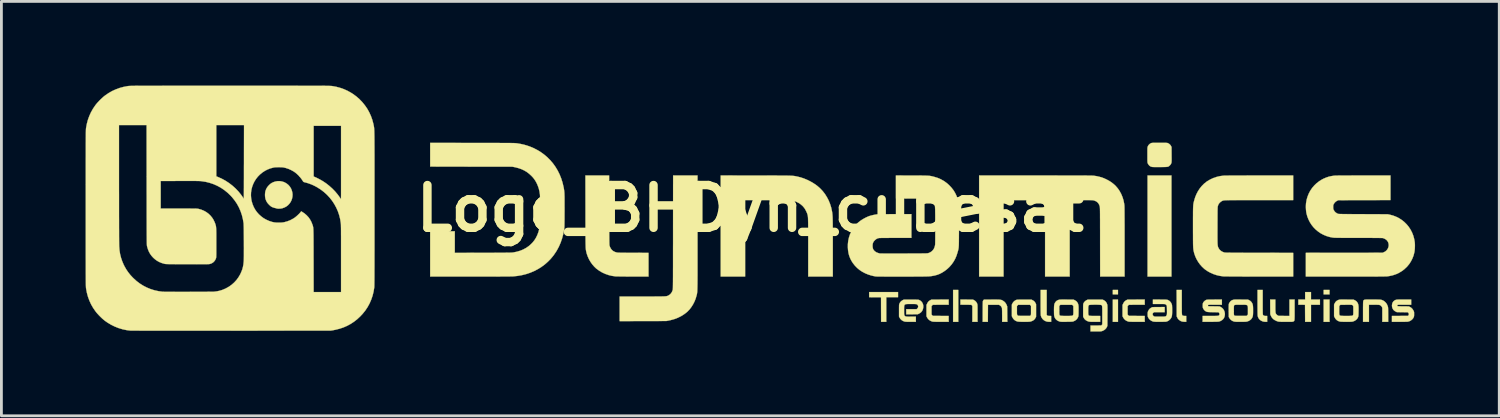
<source format=kicad_pcb>
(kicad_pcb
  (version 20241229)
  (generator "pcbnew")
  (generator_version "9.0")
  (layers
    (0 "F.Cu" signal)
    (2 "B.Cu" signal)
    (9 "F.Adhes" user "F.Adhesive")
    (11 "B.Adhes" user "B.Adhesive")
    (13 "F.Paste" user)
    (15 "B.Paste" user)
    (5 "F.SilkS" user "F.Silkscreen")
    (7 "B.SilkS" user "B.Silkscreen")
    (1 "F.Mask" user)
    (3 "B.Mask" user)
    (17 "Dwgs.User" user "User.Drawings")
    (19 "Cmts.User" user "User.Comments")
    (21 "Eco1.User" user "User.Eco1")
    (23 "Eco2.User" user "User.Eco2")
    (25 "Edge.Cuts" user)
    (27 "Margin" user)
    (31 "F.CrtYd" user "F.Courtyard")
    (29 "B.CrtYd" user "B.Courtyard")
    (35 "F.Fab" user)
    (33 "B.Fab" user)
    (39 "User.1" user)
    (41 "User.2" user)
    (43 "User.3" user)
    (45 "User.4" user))
  (footprint "Logo_BHDyn_cubesat"
    (layer "F.Cu")
    (at 23.681 4.377)
    (property "Reference" "Logo_BHDyn_cubesat" (at 0 0 0) (layer "F.SilkS") (effects (font (size 1.524 1.524) (thickness 0.3))))
    (attr through_hole)
    (fp_poly (pts (xy 7.41 4.039) (xy 7.226 4.039) (xy 7.226 2.902) (xy 7.41 2.902) (xy 7.41 4.039)) (stroke (width 0.01) (type solid)) (fill yes) (layer "F.SilkS"))
    (fp_poly (pts (xy 13.1 3.061) (xy 12.916 3.061) (xy 12.916 2.902) (xy 13.1 2.902) (xy 13.1 3.061)) (stroke (width 0.01) (type solid)) (fill yes) (layer "F.SilkS"))
    (fp_poly (pts (xy 13.1 4.039) (xy 12.916 4.039) (xy 12.916 3.245) (xy 13.1 3.245) (xy 13.1 4.039)) (stroke (width 0.01) (type solid)) (fill yes) (layer "F.SilkS"))
    (fp_poly (pts (xy 15.005 2.426) (xy 14.154 2.426) (xy 14.154 -1.175) (xy 15.005 -1.175) (xy 15.005 2.426)) (stroke (width 0.01) (type solid)) (fill yes) (layer "F.SilkS"))
    (fp_poly (pts (xy 20.637 3.061) (xy 20.428 3.061) (xy 20.428 2.902) (xy 20.637 2.902) (xy 20.637 3.061)) (stroke (width 0.01) (type solid)) (fill yes) (layer "F.SilkS"))
    (fp_poly (pts (xy 20.637 4.039) (xy 20.428 4.039) (xy 20.428 3.245) (xy 20.637 3.245) (xy 20.637 4.039)) (stroke (width 0.01) (type solid)) (fill yes) (layer "F.SilkS"))
    (fp_poly (pts (xy 5.264 3.162) (xy 4.845 3.162) (xy 4.845 4.039) (xy 4.661 4.039) (xy 4.659 3.602) (xy 4.658 3.165) (xy 4.447 3.164) (xy 4.235 3.162) (xy 4.235 2.978) (xy 5.264 2.978) (xy 5.264 3.162)) (stroke (width 0.01) (type solid)) (fill yes) (layer "F.SilkS"))
    (fp_poly (pts (xy 19.977 3.245) (xy 20.295 3.245) (xy 20.295 3.429) (xy 19.977 3.429) (xy 19.977 4.039) (xy 19.768 4.039) (xy 19.766 3.735) (xy 19.764 3.432) (xy 19.645 3.43) (xy 19.526 3.429) (xy 19.526 3.245) (xy 19.768 3.245) (xy 19.768 2.978) (xy 19.977 2.978) (xy 19.977 3.245)) (stroke (width 0.01) (type solid)) (fill yes) (layer "F.SilkS"))
    (fp_poly (pts (xy 7.71 3.246) (xy 7.934 3.248) (xy 7.97 3.266) (xy 8.01 3.291) (xy 8.044 3.325) (xy 8.071 3.365) (xy 8.083 3.392) (xy 8.086 3.402) (xy 8.089 3.411) (xy 8.091 3.422) (xy 8.092 3.436) (xy 8.094 3.453) (xy 8.095 3.475) (xy 8.095 3.503) (xy 8.096 3.538) (xy 8.096 3.582) (xy 8.096 3.636) (xy 8.096 3.701) (xy 8.096 3.735) (xy 8.096 4.039) (xy 7.912 4.039) (xy 7.912 3.474) (xy 7.894 3.453) (xy 7.875 3.432) (xy 7.681 3.43) (xy 7.487 3.428) (xy 7.487 3.244) (xy 7.71 3.246)) (stroke (width 0.01) (type solid)) (fill yes) (layer "F.SilkS"))
    (fp_poly (pts (xy 10.56 3.79) (xy 10.575 3.808) (xy 10.583 3.816) (xy 10.591 3.821) (xy 10.603 3.825) (xy 10.621 3.827) (xy 10.648 3.828) (xy 10.655 3.828) (xy 10.719 3.83) (xy 10.719 4.039) (xy 10.657 4.038) (xy 10.625 4.037) (xy 10.594 4.034) (xy 10.568 4.03) (xy 10.56 4.028) (xy 10.504 4.007) (xy 10.455 3.977) (xy 10.413 3.938) (xy 10.381 3.892) (xy 10.358 3.841) (xy 10.351 3.811) (xy 10.349 3.797) (xy 10.348 3.772) (xy 10.347 3.736) (xy 10.346 3.688) (xy 10.345 3.632) (xy 10.345 3.566) (xy 10.344 3.491) (xy 10.344 3.409) (xy 10.344 3.339) (xy 10.344 2.902) (xy 10.56 2.902) (xy 10.56 3.79)) (stroke (width 0.01) (type solid)) (fill yes) (layer "F.SilkS"))
    (fp_poly (pts (xy 7.068 3.429) (xy 6.784 3.43) (xy 6.501 3.432) (xy 6.48 3.456) (xy 6.458 3.48) (xy 6.458 3.778) (xy 6.48 3.802) (xy 6.501 3.826) (xy 6.784 3.828) (xy 7.068 3.83) (xy 7.068 4.039) (xy 6.793 4.038) (xy 6.723 4.038) (xy 6.664 4.038) (xy 6.616 4.037) (xy 6.577 4.036) (xy 6.547 4.035) (xy 6.523 4.034) (xy 6.504 4.032) (xy 6.491 4.03) (xy 6.483 4.028) (xy 6.427 4.007) (xy 6.377 3.976) (xy 6.335 3.937) (xy 6.303 3.89) (xy 6.298 3.881) (xy 6.277 3.839) (xy 6.277 3.439) (xy 6.3 3.39) (xy 6.324 3.346) (xy 6.352 3.311) (xy 6.384 3.285) (xy 6.412 3.269) (xy 6.454 3.248) (xy 6.761 3.246) (xy 7.068 3.244) (xy 7.068 3.429)) (stroke (width 0.01) (type solid)) (fill yes) (layer "F.SilkS"))
    (fp_poly (pts (xy 14.053 3.429) (xy 13.769 3.43) (xy 13.486 3.432) (xy 13.465 3.456) (xy 13.443 3.48) (xy 13.443 3.778) (xy 13.465 3.802) (xy 13.486 3.826) (xy 13.769 3.828) (xy 14.053 3.83) (xy 14.053 4.039) (xy 13.778 4.038) (xy 13.708 4.038) (xy 13.649 4.038) (xy 13.601 4.037) (xy 13.562 4.036) (xy 13.532 4.035) (xy 13.508 4.034) (xy 13.489 4.032) (xy 13.476 4.03) (xy 13.468 4.028) (xy 13.412 4.007) (xy 13.362 3.977) (xy 13.32 3.937) (xy 13.288 3.891) (xy 13.283 3.881) (xy 13.262 3.839) (xy 13.262 3.439) (xy 13.285 3.391) (xy 13.309 3.347) (xy 13.335 3.314) (xy 13.365 3.288) (xy 13.397 3.269) (xy 13.439 3.248) (xy 13.746 3.246) (xy 14.053 3.244) (xy 14.053 3.429)) (stroke (width 0.01) (type solid)) (fill yes) (layer "F.SilkS"))
    (fp_poly (pts (xy 15.373 3.337) (xy 15.373 3.425) (xy 15.373 3.501) (xy 15.374 3.567) (xy 15.374 3.622) (xy 15.374 3.668) (xy 15.375 3.705) (xy 15.377 3.736) (xy 15.379 3.76) (xy 15.381 3.778) (xy 15.384 3.791) (xy 15.388 3.801) (xy 15.392 3.808) (xy 15.398 3.812) (xy 15.404 3.816) (xy 15.412 3.819) (xy 15.415 3.82) (xy 15.433 3.825) (xy 15.458 3.828) (xy 15.484 3.829) (xy 15.532 3.829) (xy 15.532 4.039) (xy 15.477 4.038) (xy 15.44 4.036) (xy 15.405 4.032) (xy 15.383 4.027) (xy 15.352 4.017) (xy 15.329 4.007) (xy 15.307 3.993) (xy 15.284 3.976) (xy 15.261 3.956) (xy 15.244 3.939) (xy 15.23 3.92) (xy 15.217 3.895) (xy 15.213 3.886) (xy 15.192 3.845) (xy 15.191 3.373) (xy 15.189 2.902) (xy 15.373 2.902) (xy 15.373 3.337)) (stroke (width 0.01) (type solid)) (fill yes) (layer "F.SilkS"))
    (fp_poly (pts (xy 18.256 3.338) (xy 18.256 3.423) (xy 18.256 3.497) (xy 18.256 3.56) (xy 18.257 3.612) (xy 18.257 3.656) (xy 18.258 3.692) (xy 18.258 3.72) (xy 18.259 3.743) (xy 18.26 3.759) (xy 18.261 3.772) (xy 18.263 3.781) (xy 18.265 3.787) (xy 18.267 3.791) (xy 18.267 3.791) (xy 18.283 3.81) (xy 18.305 3.822) (xy 18.337 3.828) (xy 18.367 3.829) (xy 18.415 3.829) (xy 18.415 4.039) (xy 18.359 4.038) (xy 18.316 4.036) (xy 18.277 4.029) (xy 18.264 4.026) (xy 18.211 4.004) (xy 18.164 3.974) (xy 18.126 3.935) (xy 18.098 3.89) (xy 18.08 3.84) (xy 18.079 3.837) (xy 18.078 3.823) (xy 18.076 3.799) (xy 18.075 3.764) (xy 18.074 3.718) (xy 18.073 3.661) (xy 18.073 3.591) (xy 18.072 3.51) (xy 18.072 3.416) (xy 18.072 3.352) (xy 18.072 2.902) (xy 18.256 2.902) (xy 18.256 3.338)) (stroke (width 0.01) (type solid)) (fill yes) (layer "F.SilkS"))
    (fp_poly (pts (xy 8.789 3.246) (xy 8.833 3.247) (xy 8.868 3.249) (xy 8.898 3.251) (xy 8.922 3.255) (xy 8.942 3.259) (xy 8.96 3.265) (xy 8.976 3.272) (xy 8.992 3.281) (xy 9.002 3.287) (xy 9.049 3.32) (xy 9.086 3.358) (xy 9.116 3.403) (xy 9.136 3.446) (xy 9.153 3.489) (xy 9.155 3.764) (xy 9.158 4.039) (xy 8.973 4.039) (xy 8.973 3.81) (xy 8.972 3.745) (xy 8.972 3.687) (xy 8.971 3.638) (xy 8.969 3.598) (xy 8.968 3.569) (xy 8.966 3.551) (xy 8.966 3.55) (xy 8.951 3.511) (xy 8.926 3.478) (xy 8.894 3.452) (xy 8.887 3.448) (xy 8.855 3.432) (xy 8.468 3.432) (xy 8.466 3.735) (xy 8.464 4.039) (xy 8.28 4.039) (xy 8.28 3.681) (xy 8.281 3.603) (xy 8.281 3.533) (xy 8.281 3.47) (xy 8.282 3.415) (xy 8.283 3.371) (xy 8.284 3.336) (xy 8.285 3.313) (xy 8.287 3.302) (xy 8.287 3.302) (xy 8.296 3.281) (xy 8.309 3.264) (xy 8.309 3.263) (xy 8.326 3.248) (xy 8.6 3.246) (xy 8.674 3.246) (xy 8.737 3.246) (xy 8.789 3.246)) (stroke (width 0.01) (type solid)) (fill yes) (layer "F.SilkS"))
    (fp_poly (pts (xy -16.686 -0.962) (xy -16.615 -0.94) (xy -16.583 -0.926) (xy -16.513 -0.884) (xy -16.453 -0.835) (xy -16.403 -0.777) (xy -16.363 -0.711) (xy -16.339 -0.655) (xy -16.318 -0.58) (xy -16.308 -0.505) (xy -16.311 -0.431) (xy -16.324 -0.359) (xy -16.347 -0.29) (xy -16.38 -0.226) (xy -16.422 -0.167) (xy -16.472 -0.115) (xy -16.53 -0.07) (xy -16.596 -0.035) (xy -16.669 -0.009) (xy -16.678 -0.006) (xy -16.708 -0.000363) (xy -16.742 0.004) (xy -16.778 0.006) (xy -16.813 0.007) (xy -16.844 0.005) (xy -16.867 0.002) (xy -16.881 -0.003) (xy -16.897 -0.011) (xy -16.911 -0.013) (xy -16.929 -0.015) (xy -16.955 -0.022) (xy -16.986 -0.032) (xy -17.017 -0.043) (xy -17.045 -0.055) (xy -17.058 -0.062) (xy -17.081 -0.077) (xy -17.109 -0.1) (xy -17.139 -0.128) (xy -17.168 -0.158) (xy -17.194 -0.188) (xy -17.214 -0.215) (xy -17.22 -0.224) (xy -17.252 -0.286) (xy -17.274 -0.348) (xy -17.286 -0.412) (xy -17.29 -0.482) (xy -17.289 -0.505) (xy -17.285 -0.56) (xy -17.277 -0.607) (xy -17.263 -0.653) (xy -17.242 -0.701) (xy -17.232 -0.721) (xy -17.207 -0.761) (xy -17.173 -0.803) (xy -17.134 -0.844) (xy -17.092 -0.88) (xy -17.053 -0.907) (xy -16.984 -0.94) (xy -16.911 -0.962) (xy -16.836 -0.974) (xy -16.761 -0.974) (xy -16.686 -0.962)) (stroke (width 0.01) (type solid)) (fill yes) (layer "F.SilkS"))
    (fp_poly (pts (xy 18.707 3.469) (xy 18.707 3.533) (xy 18.707 3.586) (xy 18.708 3.628) (xy 18.71 3.662) (xy 18.712 3.689) (xy 18.714 3.71) (xy 18.718 3.727) (xy 18.724 3.741) (xy 18.73 3.753) (xy 18.738 3.765) (xy 18.742 3.77) (xy 18.758 3.785) (xy 18.778 3.802) (xy 18.788 3.808) (xy 18.818 3.826) (xy 19.013 3.828) (xy 19.209 3.83) (xy 19.209 3.245) (xy 19.393 3.245) (xy 19.393 3.61) (xy 19.393 3.691) (xy 19.393 3.759) (xy 19.393 3.817) (xy 19.392 3.865) (xy 19.391 3.904) (xy 19.39 3.936) (xy 19.388 3.961) (xy 19.386 3.979) (xy 19.382 3.994) (xy 19.378 4.004) (xy 19.373 4.011) (xy 19.366 4.016) (xy 19.359 4.021) (xy 19.35 4.025) (xy 19.349 4.026) (xy 19.342 4.029) (xy 19.334 4.032) (xy 19.324 4.034) (xy 19.311 4.035) (xy 19.294 4.037) (xy 19.27 4.037) (xy 19.239 4.038) (xy 19.2 4.038) (xy 19.15 4.038) (xy 19.09 4.038) (xy 19.084 4.038) (xy 19.017 4.038) (xy 18.961 4.037) (xy 18.916 4.037) (xy 18.88 4.036) (xy 18.852 4.034) (xy 18.83 4.032) (xy 18.814 4.03) (xy 18.806 4.028) (xy 18.766 4.016) (xy 18.723 3.997) (xy 18.682 3.975) (xy 18.646 3.951) (xy 18.632 3.94) (xy 18.595 3.902) (xy 18.566 3.86) (xy 18.543 3.812) (xy 18.526 3.769) (xy 18.524 3.507) (xy 18.522 3.245) (xy 18.707 3.245) (xy 18.707 3.469)) (stroke (width 0.01) (type solid)) (fill yes) (layer "F.SilkS"))
    (fp_poly (pts (xy 22.16 3.245) (xy 22.169 3.245) (xy 22.237 3.245) (xy 22.294 3.246) (xy 22.34 3.246) (xy 22.378 3.247) (xy 22.408 3.248) (xy 22.432 3.249) (xy 22.451 3.25) (xy 22.466 3.252) (xy 22.478 3.255) (xy 22.486 3.256) (xy 22.542 3.277) (xy 22.592 3.309) (xy 22.637 3.351) (xy 22.674 3.4) (xy 22.702 3.457) (xy 22.717 3.502) (xy 22.72 3.514) (xy 22.722 3.529) (xy 22.723 3.55) (xy 22.725 3.575) (xy 22.725 3.608) (xy 22.726 3.65) (xy 22.726 3.701) (xy 22.727 3.763) (xy 22.727 3.789) (xy 22.727 4.039) (xy 22.517 4.039) (xy 22.517 3.539) (xy 22.501 3.507) (xy 22.478 3.474) (xy 22.445 3.449) (xy 22.412 3.436) (xy 22.397 3.434) (xy 22.372 3.432) (xy 22.336 3.431) (xy 22.291 3.43) (xy 22.24 3.429) (xy 22.214 3.429) (xy 22.041 3.429) (xy 22.041 4.039) (xy 21.831 4.039) (xy 21.831 3.673) (xy 21.831 3.593) (xy 21.831 3.525) (xy 21.832 3.467) (xy 21.832 3.42) (xy 21.833 3.38) (xy 21.834 3.349) (xy 21.836 3.325) (xy 21.838 3.306) (xy 21.841 3.292) (xy 21.845 3.281) (xy 21.85 3.274) (xy 21.856 3.268) (xy 21.863 3.263) (xy 21.871 3.258) (xy 21.872 3.258) (xy 21.877 3.255) (xy 21.883 3.252) (xy 21.891 3.25) (xy 21.902 3.249) (xy 21.917 3.247) (xy 21.937 3.246) (xy 21.963 3.246) (xy 21.998 3.245) (xy 22.041 3.245) (xy 22.095 3.245) (xy 22.16 3.245)) (stroke (width 0.01) (type solid)) (fill yes) (layer "F.SilkS"))
    (fp_poly (pts (xy 23.546 3.429) (xy 23.308 3.429) (xy 23.246 3.429) (xy 23.195 3.429) (xy 23.155 3.43) (xy 23.124 3.43) (xy 23.1 3.431) (xy 23.084 3.432) (xy 23.072 3.434) (xy 23.065 3.436) (xy 23.061 3.439) (xy 23.06 3.439) (xy 23.052 3.454) (xy 23.053 3.47) (xy 23.059 3.479) (xy 23.068 3.481) (xy 23.09 3.483) (xy 23.124 3.485) (xy 23.169 3.486) (xy 23.227 3.487) (xy 23.264 3.487) (xy 23.46 3.489) (xy 23.501 3.509) (xy 23.549 3.538) (xy 23.589 3.578) (xy 23.622 3.628) (xy 23.627 3.638) (xy 23.637 3.658) (xy 23.644 3.675) (xy 23.648 3.69) (xy 23.65 3.708) (xy 23.65 3.732) (xy 23.65 3.762) (xy 23.65 3.797) (xy 23.649 3.823) (xy 23.646 3.843) (xy 23.641 3.861) (xy 23.636 3.875) (xy 23.612 3.918) (xy 23.577 3.957) (xy 23.535 3.99) (xy 23.485 4.016) (xy 23.433 4.032) (xy 23.417 4.034) (xy 23.389 4.035) (xy 23.349 4.036) (xy 23.299 4.038) (xy 23.238 4.038) (xy 23.168 4.039) (xy 23.13 4.039) (xy 22.86 4.039) (xy 22.86 3.829) (xy 23.146 3.828) (xy 23.433 3.826) (xy 23.448 3.808) (xy 23.461 3.784) (xy 23.463 3.757) (xy 23.453 3.731) (xy 23.445 3.72) (xy 23.426 3.699) (xy 23.035 3.693) (xy 22.997 3.675) (xy 22.949 3.646) (xy 22.911 3.61) (xy 22.884 3.566) (xy 22.867 3.516) (xy 22.861 3.462) (xy 22.862 3.442) (xy 22.871 3.389) (xy 22.89 3.343) (xy 22.919 3.305) (xy 22.958 3.275) (xy 23.002 3.255) (xy 23.012 3.253) (xy 23.023 3.25) (xy 23.038 3.249) (xy 23.058 3.247) (xy 23.083 3.246) (xy 23.116 3.246) (xy 23.157 3.245) (xy 23.208 3.245) (xy 23.27 3.245) (xy 23.29 3.245) (xy 23.546 3.245) (xy 23.546 3.429)) (stroke (width 0.01) (type solid)) (fill yes) (layer "F.SilkS"))
    (fp_poly (pts (xy 10.059 3.269) (xy 10.104 3.297) (xy 10.139 3.333) (xy 10.165 3.377) (xy 10.182 3.413) (xy 10.182 3.858) (xy 10.161 3.9) (xy 10.133 3.943) (xy 10.095 3.979) (xy 10.046 4.007) (xy 9.987 4.028) (xy 9.984 4.029) (xy 9.963 4.032) (xy 9.932 4.035) (xy 9.893 4.037) (xy 9.847 4.038) (xy 9.797 4.039) (xy 9.746 4.039) (xy 9.694 4.039) (xy 9.645 4.037) (xy 9.6 4.036) (xy 9.562 4.033) (xy 9.533 4.03) (xy 9.515 4.027) (xy 9.459 4.005) (xy 9.41 3.973) (xy 9.371 3.932) (xy 9.34 3.884) (xy 9.339 3.881) (xy 9.319 3.839) (xy 9.319 3.48) (xy 9.5 3.48) (xy 9.5 3.627) (xy 9.5 3.675) (xy 9.5 3.712) (xy 9.501 3.739) (xy 9.502 3.759) (xy 9.504 3.773) (xy 9.506 3.783) (xy 9.51 3.791) (xy 9.512 3.795) (xy 9.529 3.814) (xy 9.545 3.822) (xy 9.557 3.824) (xy 9.58 3.825) (xy 9.613 3.826) (xy 9.654 3.827) (xy 9.702 3.827) (xy 9.755 3.827) (xy 9.768 3.827) (xy 9.971 3.826) (xy 9.986 3.808) (xy 9.991 3.802) (xy 9.994 3.796) (xy 9.997 3.789) (xy 9.999 3.777) (xy 10 3.761) (xy 10.001 3.738) (xy 10.001 3.706) (xy 10.001 3.665) (xy 10.001 3.632) (xy 10.001 3.474) (xy 9.983 3.453) (xy 9.964 3.432) (xy 9.543 3.432) (xy 9.521 3.456) (xy 9.5 3.48) (xy 9.319 3.48) (xy 9.319 3.426) (xy 9.339 3.383) (xy 9.366 3.341) (xy 9.401 3.304) (xy 9.442 3.275) (xy 9.466 3.263) (xy 9.476 3.259) (xy 9.485 3.256) (xy 9.495 3.254) (xy 9.507 3.252) (xy 9.523 3.25) (xy 9.543 3.249) (xy 9.571 3.249) (xy 9.605 3.248) (xy 9.649 3.248) (xy 9.702 3.248) (xy 9.76 3.248) (xy 10.017 3.248) (xy 10.059 3.269)) (stroke (width 0.01) (type solid)) (fill yes) (layer "F.SilkS"))
    (fp_poly (pts (xy 14.645 -2.34) (xy 14.699 -2.34) (xy 14.744 -2.339) (xy 14.779 -2.339) (xy 14.807 -2.338) (xy 14.828 -2.337) (xy 14.844 -2.335) (xy 14.857 -2.334) (xy 14.867 -2.331) (xy 14.876 -2.328) (xy 14.912 -2.31) (xy 14.947 -2.283) (xy 14.976 -2.249) (xy 14.99 -2.224) (xy 15.008 -2.188) (xy 15.01 -1.917) (xy 15.01 -1.851) (xy 15.011 -1.797) (xy 15.011 -1.753) (xy 15.011 -1.717) (xy 15.01 -1.689) (xy 15.009 -1.668) (xy 15.008 -1.651) (xy 15.006 -1.638) (xy 15.004 -1.628) (xy 15.002 -1.619) (xy 14.998 -1.609) (xy 14.998 -1.609) (xy 14.984 -1.58) (xy 14.965 -1.553) (xy 14.948 -1.536) (xy 14.934 -1.522) (xy 14.922 -1.511) (xy 14.909 -1.502) (xy 14.895 -1.494) (xy 14.879 -1.488) (xy 14.859 -1.484) (xy 14.834 -1.481) (xy 14.803 -1.479) (xy 14.764 -1.477) (xy 14.716 -1.476) (xy 14.658 -1.476) (xy 14.592 -1.475) (xy 14.525 -1.475) (xy 14.47 -1.475) (xy 14.425 -1.475) (xy 14.388 -1.476) (xy 14.36 -1.476) (xy 14.338 -1.478) (xy 14.321 -1.479) (xy 14.308 -1.481) (xy 14.301 -1.483) (xy 14.277 -1.491) (xy 14.255 -1.5) (xy 14.246 -1.505) (xy 14.215 -1.53) (xy 14.188 -1.562) (xy 14.166 -1.597) (xy 14.161 -1.609) (xy 14.158 -1.618) (xy 14.155 -1.628) (xy 14.153 -1.639) (xy 14.151 -1.652) (xy 14.15 -1.67) (xy 14.149 -1.692) (xy 14.148 -1.722) (xy 14.148 -1.759) (xy 14.148 -1.805) (xy 14.148 -1.862) (xy 14.148 -1.908) (xy 14.148 -1.973) (xy 14.148 -2.027) (xy 14.148 -2.07) (xy 14.149 -2.105) (xy 14.149 -2.132) (xy 14.15 -2.153) (xy 14.152 -2.169) (xy 14.154 -2.182) (xy 14.156 -2.192) (xy 14.159 -2.202) (xy 14.161 -2.208) (xy 14.18 -2.244) (xy 14.207 -2.277) (xy 14.24 -2.306) (xy 14.275 -2.325) (xy 14.282 -2.328) (xy 14.291 -2.331) (xy 14.301 -2.333) (xy 14.314 -2.335) (xy 14.329 -2.337) (xy 14.35 -2.338) (xy 14.377 -2.339) (xy 14.411 -2.339) (xy 14.453 -2.34) (xy 14.506 -2.34) (xy 14.569 -2.34) (xy 14.58 -2.34) (xy 14.645 -2.34)) (stroke (width 0.01) (type solid)) (fill yes) (layer "F.SilkS"))
    (fp_poly (pts (xy -5.027 0.056) (xy -5.027 0.208) (xy -5.027 0.348) (xy -5.027 0.477) (xy -5.026 0.594) (xy -5.026 0.7) (xy -5.026 0.796) (xy -5.025 0.883) (xy -5.025 0.959) (xy -5.024 1.027) (xy -5.024 1.087) (xy -5.023 1.138) (xy -5.023 1.182) (xy -5.022 1.219) (xy -5.021 1.249) (xy -5.02 1.273) (xy -5.02 1.292) (xy -5.019 1.306) (xy -5.018 1.314) (xy -5.017 1.318) (xy -4.997 1.375) (xy -4.97 1.427) (xy -4.937 1.471) (xy -4.929 1.479) (xy -4.894 1.51) (xy -4.855 1.534) (xy -4.81 1.553) (xy -4.776 1.564) (xy -4.767 1.566) (xy -4.759 1.568) (xy -4.749 1.57) (xy -4.738 1.572) (xy -4.724 1.573) (xy -4.706 1.574) (xy -4.684 1.575) (xy -4.657 1.576) (xy -4.625 1.577) (xy -4.585 1.577) (xy -4.537 1.578) (xy -4.481 1.578) (xy -4.415 1.579) (xy -4.339 1.579) (xy -4.252 1.579) (xy -4.177 1.58) (xy -3.626 1.582) (xy -3.626 2.426) (xy -4.186 2.425) (xy -4.271 2.425) (xy -4.353 2.424) (xy -4.432 2.424) (xy -4.506 2.423) (xy -4.575 2.423) (xy -4.636 2.422) (xy -4.691 2.421) (xy -4.736 2.421) (xy -4.771 2.42) (xy -4.796 2.419) (xy -4.807 2.418) (xy -4.93 2.401) (xy -5.05 2.372) (xy -5.166 2.331) (xy -5.276 2.281) (xy -5.38 2.22) (xy -5.477 2.149) (xy -5.49 2.139) (xy -5.561 2.071) (xy -5.628 1.993) (xy -5.689 1.908) (xy -5.743 1.816) (xy -5.787 1.721) (xy -5.822 1.625) (xy -5.836 1.573) (xy -5.84 1.557) (xy -5.843 1.542) (xy -5.847 1.528) (xy -5.85 1.514) (xy -5.852 1.5) (xy -5.855 1.485) (xy -5.857 1.469) (xy -5.859 1.451) (xy -5.861 1.43) (xy -5.863 1.406) (xy -5.864 1.379) (xy -5.865 1.348) (xy -5.866 1.312) (xy -5.867 1.27) (xy -5.868 1.223) (xy -5.869 1.169) (xy -5.869 1.109) (xy -5.87 1.041) (xy -5.87 0.965) (xy -5.871 0.88) (xy -5.871 0.786) (xy -5.871 0.683) (xy -5.871 0.569) (xy -5.872 0.444) (xy -5.872 0.308) (xy -5.872 0.16) (xy -5.872 0.106) (xy -5.874 -1.175) (xy -5.03 -1.175) (xy -5.027 0.056)) (stroke (width 0.01) (type solid)) (fill yes) (layer "F.SilkS"))
    (fp_poly (pts (xy 5.792 3.248) (xy 5.844 3.248) (xy 5.887 3.248) (xy 5.92 3.249) (xy 5.947 3.25) (xy 5.967 3.251) (xy 5.982 3.252) (xy 5.994 3.254) (xy 6.004 3.256) (xy 6.013 3.259) (xy 6.021 3.263) (xy 6.065 3.287) (xy 6.102 3.321) (xy 6.131 3.362) (xy 6.152 3.409) (xy 6.163 3.461) (xy 6.164 3.516) (xy 6.154 3.572) (xy 6.147 3.596) (xy 6.124 3.648) (xy 6.09 3.691) (xy 6.048 3.726) (xy 6.007 3.749) (xy 5.966 3.769) (xy 5.761 3.771) (xy 5.556 3.772) (xy 5.556 3.588) (xy 5.924 3.588) (xy 5.946 3.569) (xy 5.968 3.542) (xy 5.98 3.512) (xy 5.981 3.481) (xy 5.971 3.452) (xy 5.951 3.427) (xy 5.93 3.413) (xy 5.922 3.41) (xy 5.909 3.408) (xy 5.891 3.406) (xy 5.865 3.405) (xy 5.83 3.404) (xy 5.786 3.404) (xy 5.73 3.404) (xy 5.726 3.404) (xy 5.664 3.404) (xy 5.613 3.404) (xy 5.573 3.406) (xy 5.541 3.41) (xy 5.518 3.418) (xy 5.501 3.431) (xy 5.49 3.45) (xy 5.484 3.475) (xy 5.481 3.508) (xy 5.48 3.551) (xy 5.48 3.603) (xy 5.48 3.629) (xy 5.48 3.686) (xy 5.48 3.733) (xy 5.482 3.77) (xy 5.488 3.799) (xy 5.497 3.82) (xy 5.511 3.835) (xy 5.532 3.845) (xy 5.56 3.851) (xy 5.597 3.854) (xy 5.644 3.855) (xy 5.702 3.854) (xy 5.724 3.854) (xy 5.899 3.854) (xy 5.899 4.039) (xy 5.713 4.038) (xy 5.657 4.038) (xy 5.613 4.037) (xy 5.577 4.037) (xy 5.549 4.035) (xy 5.528 4.034) (xy 5.511 4.032) (xy 5.497 4.029) (xy 5.489 4.027) (xy 5.435 4.005) (xy 5.387 3.974) (xy 5.348 3.935) (xy 5.318 3.889) (xy 5.317 3.888) (xy 5.299 3.851) (xy 5.299 3.639) (xy 5.299 3.581) (xy 5.299 3.534) (xy 5.3 3.498) (xy 5.3 3.469) (xy 5.301 3.447) (xy 5.303 3.431) (xy 5.305 3.418) (xy 5.307 3.407) (xy 5.311 3.397) (xy 5.314 3.39) (xy 5.338 3.345) (xy 5.373 3.306) (xy 5.416 3.275) (xy 5.428 3.269) (xy 5.47 3.248) (xy 5.728 3.248) (xy 5.792 3.248)) (stroke (width 0.01) (type solid)) (fill yes) (layer "F.SilkS"))
    (fp_poly (pts (xy 16.802 3.429) (xy 16.562 3.429) (xy 16.498 3.429) (xy 16.445 3.429) (xy 16.403 3.43) (xy 16.371 3.43) (xy 16.346 3.432) (xy 16.329 3.434) (xy 16.317 3.437) (xy 16.311 3.442) (xy 16.307 3.447) (xy 16.307 3.454) (xy 16.308 3.463) (xy 16.308 3.465) (xy 16.31 3.483) (xy 16.513 3.486) (xy 16.717 3.489) (xy 16.759 3.51) (xy 16.805 3.54) (xy 16.845 3.579) (xy 16.875 3.625) (xy 16.897 3.678) (xy 16.908 3.734) (xy 16.908 3.79) (xy 16.898 3.848) (xy 16.877 3.9) (xy 16.845 3.944) (xy 16.803 3.981) (xy 16.752 4.01) (xy 16.726 4.021) (xy 16.716 4.024) (xy 16.706 4.027) (xy 16.695 4.03) (xy 16.682 4.031) (xy 16.666 4.033) (xy 16.645 4.034) (xy 16.617 4.035) (xy 16.583 4.036) (xy 16.54 4.036) (xy 16.487 4.037) (xy 16.424 4.037) (xy 16.4 4.037) (xy 16.116 4.039) (xy 16.116 3.829) (xy 16.391 3.829) (xy 16.46 3.829) (xy 16.517 3.829) (xy 16.563 3.828) (xy 16.601 3.828) (xy 16.63 3.826) (xy 16.653 3.825) (xy 16.67 3.822) (xy 16.682 3.819) (xy 16.691 3.814) (xy 16.698 3.809) (xy 16.704 3.802) (xy 16.709 3.796) (xy 16.717 3.775) (xy 16.716 3.75) (xy 16.704 3.724) (xy 16.698 3.716) (xy 16.683 3.699) (xy 16.487 3.695) (xy 16.428 3.694) (xy 16.38 3.693) (xy 16.342 3.691) (xy 16.311 3.689) (xy 16.287 3.686) (xy 16.268 3.682) (xy 16.252 3.677) (xy 16.237 3.67) (xy 16.223 3.661) (xy 16.209 3.652) (xy 16.18 3.628) (xy 16.155 3.597) (xy 16.135 3.562) (xy 16.128 3.548) (xy 16.124 3.534) (xy 16.121 3.518) (xy 16.12 3.494) (xy 16.119 3.462) (xy 16.119 3.461) (xy 16.12 3.428) (xy 16.121 3.405) (xy 16.123 3.388) (xy 16.128 3.374) (xy 16.134 3.359) (xy 16.136 3.356) (xy 16.162 3.318) (xy 16.197 3.286) (xy 16.236 3.262) (xy 16.244 3.258) (xy 16.252 3.256) (xy 16.261 3.253) (xy 16.274 3.252) (xy 16.29 3.25) (xy 16.312 3.249) (xy 16.341 3.248) (xy 16.377 3.248) (xy 16.423 3.247) (xy 16.479 3.247) (xy 16.534 3.246) (xy 16.802 3.244) (xy 16.802 3.429)) (stroke (width 0.01) (type solid)) (fill yes) (layer "F.SilkS"))
    (fp_poly (pts (xy -1.88 0.857) (xy -1.88 1.051) (xy -1.88 1.233) (xy -1.88 1.402) (xy -1.88 1.561) (xy -1.88 1.708) (xy -1.88 1.845) (xy -1.88 1.972) (xy -1.88 2.089) (xy -1.88 2.197) (xy -1.88 2.296) (xy -1.88 2.387) (xy -1.881 2.469) (xy -1.881 2.544) (xy -1.882 2.612) (xy -1.882 2.673) (xy -1.883 2.728) (xy -1.884 2.777) (xy -1.885 2.82) (xy -1.886 2.858) (xy -1.887 2.892) (xy -1.888 2.922) (xy -1.889 2.948) (xy -1.891 2.971) (xy -1.893 2.99) (xy -1.895 3.008) (xy -1.897 3.023) (xy -1.899 3.036) (xy -1.901 3.049) (xy -1.904 3.061) (xy -1.906 3.072) (xy -1.909 3.084) (xy -1.913 3.096) (xy -1.916 3.109) (xy -1.918 3.115) (xy -1.949 3.22) (xy -1.99 3.321) (xy -2.04 3.419) (xy -2.097 3.509) (xy -2.16 3.592) (xy -2.229 3.665) (xy -2.259 3.693) (xy -2.358 3.769) (xy -2.464 3.836) (xy -2.579 3.893) (xy -2.702 3.94) (xy -2.833 3.977) (xy -2.918 3.995) (xy -2.994 4.01) (xy -3.824 4.012) (xy -4.655 4.014) (xy -4.655 3.137) (xy -3.847 3.137) (xy -3.725 3.137) (xy -3.616 3.137) (xy -3.518 3.137) (xy -3.43 3.137) (xy -3.353 3.136) (xy -3.285 3.136) (xy -3.225 3.136) (xy -3.173 3.135) (xy -3.129 3.134) (xy -3.091 3.133) (xy -3.059 3.132) (xy -3.032 3.13) (xy -3.01 3.128) (xy -2.992 3.126) (xy -2.976 3.123) (xy -2.964 3.12) (xy -2.952 3.116) (xy -2.942 3.112) (xy -2.933 3.108) (xy -2.923 3.103) (xy -2.914 3.099) (xy -2.866 3.067) (xy -2.825 3.026) (xy -2.792 2.974) (xy -2.767 2.914) (xy -2.764 2.905) (xy -2.763 2.901) (xy -2.762 2.896) (xy -2.761 2.89) (xy -2.76 2.882) (xy -2.759 2.872) (xy -2.759 2.859) (xy -2.758 2.843) (xy -2.757 2.824) (xy -2.757 2.801) (xy -2.756 2.774) (xy -2.756 2.742) (xy -2.755 2.705) (xy -2.755 2.663) (xy -2.754 2.614) (xy -2.754 2.56) (xy -2.754 2.498) (xy -2.753 2.43) (xy -2.753 2.354) (xy -2.753 2.269) (xy -2.753 2.177) (xy -2.752 2.075) (xy -2.752 1.965) (xy -2.752 1.844) (xy -2.752 1.714) (xy -2.752 1.573) (xy -2.752 1.421) (xy -2.751 1.258) (xy -2.751 1.083) (xy -2.751 0.895) (xy -2.751 0.846) (xy -2.749 -1.175) (xy -1.88 -1.175) (xy -1.88 0.857)) (stroke (width 0.01) (type solid)) (fill yes) (layer "F.SilkS"))
    (fp_poly (pts (xy 0.211 -1.173) (xy 0.361 -1.173) (xy 0.499 -1.173) (xy 0.626 -1.172) (xy 0.742 -1.172) (xy 0.847 -1.172) (xy 0.942 -1.172) (xy 1.028 -1.171) (xy 1.106 -1.171) (xy 1.175 -1.171) (xy 1.237 -1.17) (xy 1.291 -1.17) (xy 1.34 -1.169) (xy 1.382 -1.168) (xy 1.42 -1.167) (xy 1.452 -1.166) (xy 1.481 -1.164) (xy 1.506 -1.163) (xy 1.528 -1.161) (xy 1.548 -1.159) (xy 1.566 -1.157) (xy 1.583 -1.154) (xy 1.599 -1.152) (xy 1.614 -1.149) (xy 1.631 -1.145) (xy 1.648 -1.142) (xy 1.668 -1.138) (xy 1.676 -1.136) (xy 1.794 -1.107) (xy 1.914 -1.067) (xy 2.033 -1.017) (xy 2.149 -0.959) (xy 2.261 -0.893) (xy 2.365 -0.821) (xy 2.4 -0.794) (xy 2.496 -0.708) (xy 2.584 -0.614) (xy 2.663 -0.511) (xy 2.732 -0.4) (xy 2.793 -0.283) (xy 2.843 -0.159) (xy 2.883 -0.031) (xy 2.911 0.102) (xy 2.918 0.142) (xy 2.92 0.162) (xy 2.923 0.183) (xy 2.925 0.204) (xy 2.927 0.228) (xy 2.929 0.254) (xy 2.931 0.283) (xy 2.933 0.316) (xy 2.934 0.353) (xy 2.935 0.395) (xy 2.936 0.442) (xy 2.937 0.496) (xy 2.938 0.556) (xy 2.938 0.624) (xy 2.939 0.7) (xy 2.939 0.785) (xy 2.939 0.879) (xy 2.94 0.983) (xy 2.94 1.098) (xy 2.94 1.223) (xy 2.94 1.361) (xy 2.94 1.411) (xy 2.94 2.426) (xy 2.064 2.426) (xy 2.064 1.392) (xy 2.064 1.254) (xy 2.064 1.128) (xy 2.064 1.014) (xy 2.064 0.91) (xy 2.063 0.817) (xy 2.063 0.733) (xy 2.063 0.658) (xy 2.062 0.592) (xy 2.062 0.533) (xy 2.061 0.482) (xy 2.06 0.438) (xy 2.059 0.399) (xy 2.058 0.366) (xy 2.057 0.337) (xy 2.055 0.313) (xy 2.053 0.292) (xy 2.051 0.274) (xy 2.049 0.258) (xy 2.046 0.245) (xy 2.043 0.232) (xy 2.04 0.22) (xy 2.036 0.207) (xy 2.032 0.194) (xy 2.032 0.194) (xy 2.018 0.157) (xy 1.999 0.114) (xy 1.976 0.068) (xy 1.952 0.025) (xy 1.928 -0.013) (xy 1.918 -0.026) (xy 1.862 -0.091) (xy 1.796 -0.148) (xy 1.722 -0.197) (xy 1.641 -0.238) (xy 1.556 -0.269) (xy 1.468 -0.289) (xy 1.451 -0.292) (xy 1.436 -0.293) (xy 1.408 -0.294) (xy 1.368 -0.295) (xy 1.315 -0.296) (xy 1.249 -0.296) (xy 1.171 -0.297) (xy 1.08 -0.298) (xy 0.977 -0.298) (xy 0.861 -0.298) (xy 0.732 -0.298) (xy 0.609 -0.298) (xy -0.184 -0.298) (xy -0.184 2.426) (xy -1.054 2.426) (xy -1.054 -1.175) (xy 0.211 -1.173)) (stroke (width 0.01) (type solid)) (fill yes) (layer "F.SilkS"))
    (fp_poly (pts (xy 21.167 3.246) (xy 21.226 3.246) (xy 21.246 3.246) (xy 21.492 3.248) (xy 21.536 3.269) (xy 21.58 3.295) (xy 21.615 3.329) (xy 21.641 3.37) (xy 21.643 3.374) (xy 21.652 3.395) (xy 21.659 3.418) (xy 21.664 3.443) (xy 21.668 3.474) (xy 21.671 3.511) (xy 21.672 3.556) (xy 21.672 3.611) (xy 21.671 3.666) (xy 21.67 3.717) (xy 21.669 3.758) (xy 21.668 3.789) (xy 21.666 3.813) (xy 21.664 3.831) (xy 21.662 3.846) (xy 21.658 3.859) (xy 21.654 3.872) (xy 21.632 3.916) (xy 21.599 3.955) (xy 21.557 3.988) (xy 21.508 4.014) (xy 21.454 4.031) (xy 21.452 4.032) (xy 21.433 4.034) (xy 21.404 4.036) (xy 21.366 4.037) (xy 21.323 4.038) (xy 21.275 4.039) (xy 21.226 4.039) (xy 21.176 4.038) (xy 21.129 4.037) (xy 21.086 4.036) (xy 21.049 4.034) (xy 21.02 4.032) (xy 21.001 4.029) (xy 21 4.028) (xy 20.943 4.008) (xy 20.895 3.978) (xy 20.856 3.939) (xy 20.825 3.891) (xy 20.823 3.888) (xy 20.799 3.839) (xy 20.799 3.672) (xy 20.981 3.672) (xy 20.981 3.715) (xy 20.983 3.748) (xy 20.985 3.772) (xy 20.99 3.79) (xy 20.996 3.802) (xy 21.005 3.811) (xy 21.016 3.818) (xy 21.02 3.819) (xy 21.033 3.822) (xy 21.057 3.825) (xy 21.09 3.827) (xy 21.129 3.828) (xy 21.173 3.829) (xy 21.219 3.83) (xy 21.266 3.83) (xy 21.312 3.829) (xy 21.354 3.828) (xy 21.391 3.826) (xy 21.42 3.824) (xy 21.44 3.822) (xy 21.447 3.82) (xy 21.458 3.815) (xy 21.467 3.809) (xy 21.474 3.8) (xy 21.479 3.787) (xy 21.482 3.769) (xy 21.484 3.744) (xy 21.485 3.71) (xy 21.485 3.666) (xy 21.485 3.631) (xy 21.485 3.583) (xy 21.485 3.547) (xy 21.484 3.519) (xy 21.483 3.499) (xy 21.482 3.486) (xy 21.479 3.476) (xy 21.476 3.469) (xy 21.472 3.463) (xy 21.465 3.454) (xy 21.458 3.446) (xy 21.449 3.441) (xy 21.438 3.437) (xy 21.422 3.433) (xy 21.401 3.432) (xy 21.372 3.43) (xy 21.336 3.43) (xy 21.289 3.43) (xy 21.231 3.431) (xy 21.227 3.431) (xy 21.025 3.432) (xy 20.984 3.474) (xy 20.982 3.619) (xy 20.981 3.672) (xy 20.799 3.672) (xy 20.799 3.426) (xy 20.816 3.389) (xy 20.842 3.344) (xy 20.871 3.309) (xy 20.907 3.282) (xy 20.951 3.261) (xy 20.961 3.258) (xy 20.972 3.254) (xy 20.982 3.251) (xy 20.994 3.249) (xy 21.008 3.248) (xy 21.026 3.246) (xy 21.05 3.246) (xy 21.08 3.245) (xy 21.119 3.245) (xy 21.167 3.246)) (stroke (width 0.01) (type solid)) (fill yes) (layer "F.SilkS"))
    (fp_poly (pts (xy 11.204 3.246) (xy 11.267 3.246) (xy 11.272 3.246) (xy 11.516 3.248) (xy 11.56 3.269) (xy 11.605 3.296) (xy 11.64 3.329) (xy 11.666 3.371) (xy 11.667 3.373) (xy 11.676 3.393) (xy 11.682 3.413) (xy 11.688 3.435) (xy 11.692 3.46) (xy 11.694 3.49) (xy 11.696 3.527) (xy 11.696 3.573) (xy 11.696 3.629) (xy 11.695 3.658) (xy 11.695 3.71) (xy 11.694 3.751) (xy 11.693 3.783) (xy 11.692 3.807) (xy 11.69 3.826) (xy 11.688 3.84) (xy 11.685 3.852) (xy 11.681 3.863) (xy 11.679 3.869) (xy 11.652 3.919) (xy 11.616 3.962) (xy 11.569 3.996) (xy 11.517 4.02) (xy 11.506 4.024) (xy 11.495 4.028) (xy 11.482 4.03) (xy 11.467 4.032) (xy 11.448 4.033) (xy 11.423 4.034) (xy 11.39 4.035) (xy 11.348 4.036) (xy 11.297 4.036) (xy 11.265 4.037) (xy 11.207 4.037) (xy 11.16 4.037) (xy 11.123 4.037) (xy 11.094 4.037) (xy 11.071 4.036) (xy 11.053 4.034) (xy 11.039 4.032) (xy 11.027 4.03) (xy 11.016 4.027) (xy 11.011 4.025) (xy 10.956 4.001) (xy 10.909 3.969) (xy 10.872 3.93) (xy 10.845 3.883) (xy 10.828 3.83) (xy 10.827 3.822) (xy 10.825 3.804) (xy 10.823 3.775) (xy 10.822 3.739) (xy 10.821 3.697) (xy 10.821 3.653) (xy 10.82 3.632) (xy 10.821 3.571) (xy 10.822 3.521) (xy 10.824 3.48) (xy 10.825 3.474) (xy 11.008 3.474) (xy 11.008 3.628) (xy 11.008 3.68) (xy 11.008 3.72) (xy 11.01 3.752) (xy 11.012 3.775) (xy 11.015 3.791) (xy 11.02 3.802) (xy 11.027 3.81) (xy 11.037 3.816) (xy 11.045 3.82) (xy 11.058 3.823) (xy 11.082 3.825) (xy 11.114 3.827) (xy 11.154 3.828) (xy 11.197 3.829) (xy 11.244 3.83) (xy 11.291 3.83) (xy 11.337 3.829) (xy 11.379 3.828) (xy 11.416 3.826) (xy 11.445 3.824) (xy 11.465 3.822) (xy 11.472 3.82) (xy 11.484 3.814) (xy 11.494 3.806) (xy 11.501 3.795) (xy 11.506 3.78) (xy 11.509 3.758) (xy 11.511 3.729) (xy 11.512 3.69) (xy 11.512 3.641) (xy 11.511 3.619) (xy 11.509 3.474) (xy 11.468 3.432) (xy 11.049 3.432) (xy 11.028 3.453) (xy 11.008 3.474) (xy 10.825 3.474) (xy 10.827 3.447) (xy 10.832 3.421) (xy 10.838 3.398) (xy 10.846 3.378) (xy 10.849 3.371) (xy 10.877 3.328) (xy 10.911 3.294) (xy 10.953 3.269) (xy 10.993 3.255) (xy 11.004 3.252) (xy 11.016 3.25) (xy 11.032 3.248) (xy 11.052 3.247) (xy 11.078 3.246) (xy 11.111 3.246) (xy 11.153 3.245) (xy 11.204 3.246)) (stroke (width 0.01) (type solid)) (fill yes) (layer "F.SilkS"))
    (fp_poly (pts (xy 12.586 3.264) (xy 12.632 3.292) (xy 12.668 3.326) (xy 12.696 3.368) (xy 12.712 3.409) (xy 12.715 3.418) (xy 12.718 3.427) (xy 12.72 3.436) (xy 12.721 3.448) (xy 12.723 3.464) (xy 12.723 3.483) (xy 12.724 3.508) (xy 12.725 3.539) (xy 12.725 3.578) (xy 12.725 3.625) (xy 12.725 3.683) (xy 12.724 3.75) (xy 12.724 3.815) (xy 12.722 4.181) (xy 12.707 4.218) (xy 12.683 4.262) (xy 12.648 4.301) (xy 12.605 4.334) (xy 12.555 4.36) (xy 12.519 4.372) (xy 12.504 4.375) (xy 12.486 4.377) (xy 12.462 4.379) (xy 12.43 4.38) (xy 12.391 4.381) (xy 12.341 4.381) (xy 12.302 4.381) (xy 12.122 4.381) (xy 12.122 4.172) (xy 12.313 4.171) (xy 12.504 4.169) (xy 12.523 4.148) (xy 12.541 4.127) (xy 12.541 3.806) (xy 12.541 3.731) (xy 12.541 3.667) (xy 12.541 3.614) (xy 12.54 3.57) (xy 12.539 3.535) (xy 12.537 3.507) (xy 12.535 3.486) (xy 12.532 3.471) (xy 12.528 3.459) (xy 12.523 3.452) (xy 12.517 3.446) (xy 12.509 3.442) (xy 12.5 3.438) (xy 12.5 3.438) (xy 12.486 3.435) (xy 12.462 3.433) (xy 12.429 3.431) (xy 12.39 3.429) (xy 12.347 3.428) (xy 12.301 3.428) (xy 12.254 3.428) (xy 12.209 3.429) (xy 12.167 3.43) (xy 12.131 3.432) (xy 12.103 3.434) (xy 12.084 3.437) (xy 12.077 3.439) (xy 12.066 3.445) (xy 12.057 3.453) (xy 12.051 3.464) (xy 12.046 3.479) (xy 12.043 3.499) (xy 12.041 3.528) (xy 12.04 3.565) (xy 12.04 3.613) (xy 12.04 3.632) (xy 12.04 3.684) (xy 12.04 3.725) (xy 12.042 3.757) (xy 12.045 3.78) (xy 12.049 3.796) (xy 12.055 3.807) (xy 12.063 3.815) (xy 12.074 3.82) (xy 12.078 3.822) (xy 12.092 3.824) (xy 12.118 3.826) (xy 12.155 3.828) (xy 12.203 3.829) (xy 12.261 3.829) (xy 12.282 3.829) (xy 12.465 3.829) (xy 12.465 4.039) (xy 12.279 4.039) (xy 12.221 4.038) (xy 12.173 4.038) (xy 12.134 4.037) (xy 12.103 4.035) (xy 12.078 4.032) (xy 12.057 4.028) (xy 12.037 4.023) (xy 12.019 4.015) (xy 11.998 4.006) (xy 11.992 4.003) (xy 11.945 3.975) (xy 11.907 3.938) (xy 11.879 3.895) (xy 11.877 3.891) (xy 11.859 3.851) (xy 11.859 3.629) (xy 11.859 3.57) (xy 11.859 3.522) (xy 11.859 3.484) (xy 11.86 3.454) (xy 11.861 3.432) (xy 11.862 3.415) (xy 11.864 3.403) (xy 11.866 3.393) (xy 11.869 3.384) (xy 11.872 3.377) (xy 11.896 3.338) (xy 11.929 3.303) (xy 11.968 3.275) (xy 11.984 3.266) (xy 12.024 3.248) (xy 12.551 3.248) (xy 12.586 3.264)) (stroke (width 0.01) (type solid)) (fill yes) (layer "F.SilkS"))
    (fp_poly (pts (xy 10.377 -1.175) (xy 10.586 -1.175) (xy 10.781 -1.175) (xy 10.965 -1.174) (xy 11.135 -1.174) (xy 11.293 -1.174) (xy 11.439 -1.174) (xy 11.572 -1.173) (xy 11.693 -1.173) (xy 11.801 -1.173) (xy 11.897 -1.172) (xy 11.981 -1.172) (xy 12.052 -1.171) (xy 12.111 -1.171) (xy 12.158 -1.17) (xy 12.193 -1.169) (xy 12.216 -1.169) (xy 12.225 -1.168) (xy 12.343 -1.151) (xy 12.46 -1.123) (xy 12.573 -1.086) (xy 12.682 -1.039) (xy 12.785 -0.984) (xy 12.88 -0.922) (xy 12.966 -0.852) (xy 13.024 -0.796) (xy 13.098 -0.709) (xy 13.162 -0.614) (xy 13.217 -0.511) (xy 13.262 -0.402) (xy 13.297 -0.288) (xy 13.321 -0.168) (xy 13.328 -0.113) (xy 13.329 -0.098) (xy 13.33 -0.07) (xy 13.331 -0.03) (xy 13.332 0.023) (xy 13.332 0.089) (xy 13.333 0.167) (xy 13.333 0.257) (xy 13.334 0.361) (xy 13.334 0.476) (xy 13.335 0.605) (xy 13.335 0.746) (xy 13.335 0.9) (xy 13.335 1.066) (xy 13.335 1.187) (xy 13.335 2.426) (xy 12.465 2.426) (xy 12.463 1.195) (xy 12.463 1.048) (xy 12.463 0.912) (xy 12.463 0.789) (xy 12.462 0.676) (xy 12.462 0.574) (xy 12.462 0.482) (xy 12.462 0.399) (xy 12.461 0.325) (xy 12.461 0.26) (xy 12.461 0.202) (xy 12.46 0.152) (xy 12.46 0.108) (xy 12.459 0.071) (xy 12.459 0.039) (xy 12.458 0.013) (xy 12.457 -0.009) (xy 12.456 -0.027) (xy 12.455 -0.041) (xy 12.454 -0.052) (xy 12.453 -0.061) (xy 12.452 -0.068) (xy 12.451 -0.074) (xy 12.451 -0.075) (xy 12.429 -0.135) (xy 12.4 -0.184) (xy 12.363 -0.225) (xy 12.317 -0.256) (xy 12.262 -0.279) (xy 12.239 -0.286) (xy 12.229 -0.288) (xy 12.218 -0.291) (xy 12.206 -0.292) (xy 12.191 -0.294) (xy 12.174 -0.295) (xy 12.151 -0.296) (xy 12.124 -0.297) (xy 12.089 -0.298) (xy 12.048 -0.298) (xy 11.998 -0.298) (xy 11.938 -0.298) (xy 11.867 -0.298) (xy 11.785 -0.298) (xy 11.379 -0.298) (xy 11.379 2.426) (xy 10.503 2.426) (xy 10.503 1.202) (xy 10.503 1.052) (xy 10.503 0.915) (xy 10.503 0.789) (xy 10.503 0.674) (xy 10.502 0.571) (xy 10.502 0.477) (xy 10.502 0.392) (xy 10.502 0.317) (xy 10.501 0.251) (xy 10.501 0.192) (xy 10.501 0.141) (xy 10.5 0.097) (xy 10.5 0.059) (xy 10.499 0.028) (xy 10.498 0.002) (xy 10.497 -0.019) (xy 10.497 -0.036) (xy 10.496 -0.049) (xy 10.495 -0.059) (xy 10.494 -0.065) (xy 10.476 -0.124) (xy 10.448 -0.174) (xy 10.41 -0.217) (xy 10.362 -0.252) (xy 10.304 -0.28) (xy 10.302 -0.281) (xy 10.265 -0.295) (xy 9.644 -0.297) (xy 9.023 -0.299) (xy 9.023 2.426) (xy 8.153 2.426) (xy 8.153 -1.175) (xy 10.156 -1.175) (xy 10.377 -1.175)) (stroke (width 0.01) (type solid)) (fill yes) (layer "F.SilkS"))
    (fp_poly (pts (xy 17.402 3.245) (xy 17.461 3.246) (xy 17.484 3.246) (xy 17.732 3.248) (xy 17.77 3.267) (xy 17.817 3.295) (xy 17.853 3.331) (xy 17.88 3.373) (xy 17.89 3.395) (xy 17.897 3.415) (xy 17.903 3.437) (xy 17.907 3.462) (xy 17.91 3.491) (xy 17.912 3.528) (xy 17.913 3.573) (xy 17.913 3.629) (xy 17.913 3.638) (xy 17.913 3.695) (xy 17.912 3.742) (xy 17.91 3.78) (xy 17.907 3.81) (xy 17.903 3.836) (xy 17.896 3.858) (xy 17.888 3.878) (xy 17.878 3.899) (xy 17.877 3.9) (xy 17.849 3.94) (xy 17.81 3.975) (xy 17.764 4.004) (xy 17.712 4.025) (xy 17.686 4.031) (xy 17.668 4.034) (xy 17.639 4.035) (xy 17.6 4.037) (xy 17.551 4.038) (xy 17.493 4.038) (xy 17.461 4.038) (xy 17.404 4.038) (xy 17.358 4.037) (xy 17.322 4.037) (xy 17.294 4.036) (xy 17.272 4.034) (xy 17.254 4.032) (xy 17.24 4.029) (xy 17.23 4.027) (xy 17.174 4.005) (xy 17.127 3.973) (xy 17.088 3.932) (xy 17.065 3.898) (xy 17.047 3.864) (xy 17.045 3.647) (xy 17.045 3.63) (xy 17.228 3.63) (xy 17.228 3.683) (xy 17.228 3.724) (xy 17.229 3.755) (xy 17.231 3.779) (xy 17.235 3.795) (xy 17.24 3.807) (xy 17.246 3.814) (xy 17.254 3.82) (xy 17.262 3.823) (xy 17.271 3.824) (xy 17.292 3.825) (xy 17.322 3.826) (xy 17.359 3.827) (xy 17.403 3.827) (xy 17.452 3.827) (xy 17.48 3.827) (xy 17.686 3.826) (xy 17.707 3.802) (xy 17.729 3.778) (xy 17.729 3.634) (xy 17.729 3.587) (xy 17.729 3.551) (xy 17.728 3.524) (xy 17.727 3.505) (xy 17.725 3.491) (xy 17.722 3.481) (xy 17.719 3.473) (xy 17.716 3.468) (xy 17.709 3.458) (xy 17.702 3.449) (xy 17.692 3.443) (xy 17.679 3.438) (xy 17.661 3.434) (xy 17.636 3.432) (xy 17.604 3.43) (xy 17.563 3.429) (xy 17.512 3.429) (xy 17.469 3.429) (xy 17.41 3.429) (xy 17.363 3.43) (xy 17.325 3.43) (xy 17.297 3.432) (xy 17.275 3.435) (xy 17.26 3.438) (xy 17.249 3.443) (xy 17.242 3.449) (xy 17.236 3.457) (xy 17.234 3.46) (xy 17.232 3.471) (xy 17.23 3.493) (xy 17.229 3.525) (xy 17.228 3.566) (xy 17.228 3.615) (xy 17.228 3.63) (xy 17.045 3.63) (xy 17.044 3.581) (xy 17.044 3.525) (xy 17.045 3.478) (xy 17.046 3.442) (xy 17.048 3.417) (xy 17.049 3.405) (xy 17.06 3.377) (xy 17.078 3.347) (xy 17.099 3.319) (xy 17.12 3.296) (xy 17.131 3.288) (xy 17.151 3.276) (xy 17.178 3.264) (xy 17.196 3.257) (xy 17.207 3.254) (xy 17.217 3.251) (xy 17.229 3.249) (xy 17.243 3.248) (xy 17.261 3.246) (xy 17.285 3.246) (xy 17.316 3.245) (xy 17.354 3.245) (xy 17.402 3.245)) (stroke (width 0.01) (type solid)) (fill yes) (layer "F.SilkS"))
    (fp_poly (pts (xy 14.594 3.246) (xy 14.657 3.247) (xy 14.708 3.247) (xy 14.75 3.248) (xy 14.783 3.248) (xy 14.808 3.249) (xy 14.828 3.251) (xy 14.843 3.252) (xy 14.855 3.254) (xy 14.865 3.257) (xy 14.874 3.26) (xy 14.881 3.263) (xy 14.926 3.288) (xy 14.964 3.323) (xy 14.995 3.365) (xy 15.017 3.415) (xy 15.023 3.44) (xy 15.026 3.457) (xy 15.027 3.485) (xy 15.029 3.522) (xy 15.03 3.565) (xy 15.03 3.614) (xy 15.03 3.631) (xy 15.03 3.695) (xy 15.028 3.749) (xy 15.025 3.793) (xy 15.02 3.829) (xy 15.012 3.86) (xy 15.001 3.887) (xy 14.987 3.911) (xy 14.969 3.935) (xy 14.951 3.955) (xy 14.909 3.992) (xy 14.86 4.019) (xy 14.82 4.032) (xy 14.807 4.034) (xy 14.782 4.035) (xy 14.748 4.036) (xy 14.706 4.037) (xy 14.658 4.038) (xy 14.605 4.038) (xy 14.589 4.038) (xy 14.531 4.038) (xy 14.484 4.037) (xy 14.446 4.037) (xy 14.417 4.036) (xy 14.394 4.034) (xy 14.376 4.033) (xy 14.361 4.03) (xy 14.348 4.027) (xy 14.347 4.027) (xy 14.295 4.005) (xy 14.248 3.974) (xy 14.208 3.935) (xy 14.178 3.889) (xy 14.174 3.881) (xy 14.167 3.864) (xy 14.162 3.849) (xy 14.159 3.832) (xy 14.158 3.81) (xy 14.157 3.78) (xy 14.157 3.768) (xy 14.157 3.736) (xy 14.158 3.713) (xy 14.161 3.695) (xy 14.165 3.68) (xy 14.172 3.663) (xy 14.181 3.643) (xy 14.207 3.6) (xy 14.238 3.567) (xy 14.277 3.54) (xy 14.294 3.531) (xy 14.329 3.515) (xy 14.546 3.513) (xy 14.764 3.511) (xy 14.764 3.696) (xy 14.383 3.696) (xy 14.359 3.717) (xy 14.344 3.733) (xy 14.337 3.746) (xy 14.335 3.763) (xy 14.335 3.768) (xy 14.34 3.799) (xy 14.357 3.824) (xy 14.383 3.843) (xy 14.39 3.846) (xy 14.399 3.849) (xy 14.411 3.851) (xy 14.427 3.852) (xy 14.449 3.853) (xy 14.479 3.854) (xy 14.518 3.854) (xy 14.568 3.854) (xy 14.589 3.854) (xy 14.647 3.854) (xy 14.694 3.854) (xy 14.732 3.853) (xy 14.76 3.851) (xy 14.782 3.847) (xy 14.798 3.843) (xy 14.81 3.836) (xy 14.818 3.827) (xy 14.826 3.816) (xy 14.832 3.804) (xy 14.837 3.794) (xy 14.84 3.785) (xy 14.843 3.774) (xy 14.844 3.76) (xy 14.845 3.741) (xy 14.846 3.715) (xy 14.846 3.68) (xy 14.845 3.635) (xy 14.845 3.622) (xy 14.844 3.57) (xy 14.843 3.53) (xy 14.842 3.5) (xy 14.839 3.477) (xy 14.835 3.459) (xy 14.829 3.447) (xy 14.82 3.437) (xy 14.809 3.427) (xy 14.796 3.418) (xy 14.79 3.414) (xy 14.783 3.411) (xy 14.775 3.409) (xy 14.764 3.407) (xy 14.749 3.405) (xy 14.728 3.405) (xy 14.699 3.404) (xy 14.662 3.404) (xy 14.615 3.404) (xy 14.56 3.404) (xy 14.345 3.404) (xy 14.345 3.244) (xy 14.594 3.246)) (stroke (width 0.01) (type solid)) (fill yes) (layer "F.SilkS"))
    (fp_poly (pts (xy 22.809 -1.175) (xy 22.809 -0.299) (xy 21.881 -0.297) (xy 20.952 -0.295) (xy 20.91 -0.276) (xy 20.865 -0.248) (xy 20.825 -0.211) (xy 20.793 -0.167) (xy 20.786 -0.154) (xy 20.778 -0.136) (xy 20.772 -0.121) (xy 20.769 -0.104) (xy 20.768 -0.082) (xy 20.768 -0.051) (xy 20.768 -0.019) (xy 20.77 0.004) (xy 20.773 0.022) (xy 20.779 0.039) (xy 20.785 0.052) (xy 20.814 0.1) (xy 20.853 0.141) (xy 20.902 0.173) (xy 20.938 0.19) (xy 20.943 0.191) (xy 20.949 0.193) (xy 20.959 0.194) (xy 20.971 0.195) (xy 20.988 0.196) (xy 21.008 0.197) (xy 21.034 0.198) (xy 21.066 0.198) (xy 21.104 0.199) (xy 21.149 0.199) (xy 21.202 0.2) (xy 21.263 0.201) (xy 21.333 0.201) (xy 21.413 0.201) (xy 21.503 0.202) (xy 21.603 0.202) (xy 21.715 0.203) (xy 21.838 0.203) (xy 22.711 0.207) (xy 22.78 0.221) (xy 22.897 0.252) (xy 23.008 0.294) (xy 23.113 0.347) (xy 23.211 0.41) (xy 23.301 0.482) (xy 23.384 0.564) (xy 23.458 0.654) (xy 23.523 0.753) (xy 23.578 0.859) (xy 23.606 0.928) (xy 23.623 0.976) (xy 23.639 1.033) (xy 23.654 1.092) (xy 23.665 1.151) (xy 23.673 1.202) (xy 23.677 1.249) (xy 23.679 1.304) (xy 23.678 1.363) (xy 23.676 1.424) (xy 23.671 1.481) (xy 23.665 1.532) (xy 23.66 1.559) (xy 23.632 1.672) (xy 23.591 1.779) (xy 23.54 1.881) (xy 23.479 1.976) (xy 23.407 2.064) (xy 23.387 2.085) (xy 23.301 2.166) (xy 23.207 2.236) (xy 23.107 2.296) (xy 23.001 2.344) (xy 22.889 2.381) (xy 22.771 2.407) (xy 22.686 2.419) (xy 22.671 2.42) (xy 22.646 2.421) (xy 22.61 2.421) (xy 22.564 2.422) (xy 22.506 2.423) (xy 22.437 2.423) (xy 22.357 2.424) (xy 22.265 2.424) (xy 22.162 2.425) (xy 22.047 2.425) (xy 21.92 2.425) (xy 21.781 2.425) (xy 21.63 2.426) (xy 21.466 2.426) (xy 21.29 2.426) (xy 21.205 2.426) (xy 19.793 2.426) (xy 19.793 1.581) (xy 21.16 1.58) (xy 22.527 1.578) (xy 22.563 1.563) (xy 22.616 1.537) (xy 22.66 1.502) (xy 22.689 1.469) (xy 22.719 1.42) (xy 22.738 1.368) (xy 22.746 1.315) (xy 22.742 1.262) (xy 22.728 1.211) (xy 22.702 1.164) (xy 22.672 1.128) (xy 22.634 1.098) (xy 22.588 1.073) (xy 22.541 1.056) (xy 22.531 1.054) (xy 22.519 1.053) (xy 22.494 1.052) (xy 22.458 1.051) (xy 22.41 1.051) (xy 22.35 1.05) (xy 22.279 1.049) (xy 22.197 1.049) (xy 22.104 1.048) (xy 22.001 1.048) (xy 21.887 1.048) (xy 21.764 1.048) (xy 21.664 1.048) (xy 21.539 1.048) (xy 21.427 1.048) (xy 21.326 1.047) (xy 21.236 1.047) (xy 21.156 1.047) (xy 21.085 1.047) (xy 21.023 1.046) (xy 20.97 1.046) (xy 20.924 1.045) (xy 20.885 1.044) (xy 20.852 1.044) (xy 20.825 1.043) (xy 20.803 1.042) (xy 20.785 1.041) (xy 20.771 1.039) (xy 20.764 1.039) (xy 20.646 1.017) (xy 20.534 0.984) (xy 20.427 0.94) (xy 20.326 0.887) (xy 20.232 0.823) (xy 20.145 0.751) (xy 20.066 0.671) (xy 19.996 0.583) (xy 19.935 0.487) (xy 19.884 0.385) (xy 19.843 0.277) (xy 19.813 0.163) (xy 19.812 0.155) (xy 19.803 0.096) (xy 19.797 0.028) (xy 19.794 -0.043) (xy 19.795 -0.113) (xy 19.799 -0.179) (xy 19.802 -0.201) (xy 19.823 -0.318) (xy 19.857 -0.431) (xy 19.901 -0.538) (xy 19.956 -0.64) (xy 20.021 -0.735) (xy 20.096 -0.822) (xy 20.18 -0.902) (xy 20.272 -0.973) (xy 20.373 -1.035) (xy 20.428 -1.063) (xy 20.52 -1.102) (xy 20.613 -1.133) (xy 20.709 -1.154) (xy 20.804 -1.168) (xy 20.82 -1.169) (xy 20.849 -1.17) (xy 20.891 -1.171) (xy 20.945 -1.172) (xy 21.011 -1.172) (xy 21.09 -1.173) (xy 21.181 -1.174) (xy 21.284 -1.174) (xy 21.399 -1.174) (xy 21.526 -1.175) (xy 21.664 -1.175) (xy 21.815 -1.175) (xy 21.837 -1.175) (xy 22.809 -1.175)) (stroke (width 0.01) (type solid)) (fill yes) (layer "F.SilkS"))
    (fp_poly (pts (xy -9.901 -2.335) (xy -9.738 -2.335) (xy -9.587 -2.335) (xy -9.448 -2.334) (xy -9.32 -2.334) (xy -9.203 -2.334) (xy -9.096 -2.334) (xy -8.999 -2.334) (xy -8.91 -2.333) (xy -8.831 -2.333) (xy -8.759 -2.333) (xy -8.695 -2.333) (xy -8.639 -2.332) (xy -8.589 -2.332) (xy -8.545 -2.331) (xy -8.506 -2.331) (xy -8.473 -2.33) (xy -8.445 -2.33) (xy -8.42 -2.329) (xy -8.399 -2.328) (xy -8.381 -2.327) (xy -8.366 -2.326) (xy -8.353 -2.325) (xy -8.341 -2.324) (xy -8.331 -2.323) (xy -8.321 -2.322) (xy -8.311 -2.32) (xy -8.306 -2.32) (xy -8.187 -2.3) (xy -8.077 -2.276) (xy -7.973 -2.247) (xy -7.871 -2.213) (xy -7.769 -2.172) (xy -7.737 -2.158) (xy -7.599 -2.089) (xy -7.468 -2.01) (xy -7.345 -1.921) (xy -7.231 -1.824) (xy -7.125 -1.718) (xy -7.028 -1.603) (xy -6.94 -1.48) (xy -6.862 -1.35) (xy -6.794 -1.213) (xy -6.736 -1.069) (xy -6.689 -0.919) (xy -6.655 -0.775) (xy -6.648 -0.743) (xy -6.643 -0.713) (xy -6.638 -0.685) (xy -6.634 -0.657) (xy -6.63 -0.627) (xy -6.627 -0.597) (xy -6.624 -0.563) (xy -6.622 -0.526) (xy -6.621 -0.484) (xy -6.619 -0.437) (xy -6.618 -0.384) (xy -6.618 -0.323) (xy -6.618 -0.254) (xy -6.618 -0.176) (xy -6.618 -0.088) (xy -6.618 0.012) (xy -6.618 0.092) (xy -6.619 0.191) (xy -6.619 0.278) (xy -6.619 0.355) (xy -6.62 0.421) (xy -6.62 0.478) (xy -6.621 0.527) (xy -6.622 0.568) (xy -6.622 0.603) (xy -6.623 0.633) (xy -6.624 0.658) (xy -6.625 0.679) (xy -6.627 0.697) (xy -6.628 0.713) (xy -6.63 0.728) (xy -6.632 0.743) (xy -6.635 0.759) (xy -6.635 0.759) (xy -6.666 0.921) (xy -6.708 1.075) (xy -6.759 1.223) (xy -6.821 1.364) (xy -6.894 1.499) (xy -6.924 1.547) (xy -7.009 1.671) (xy -7.104 1.787) (xy -7.208 1.894) (xy -7.319 1.992) (xy -7.439 2.081) (xy -7.566 2.16) (xy -7.7 2.23) (xy -7.84 2.289) (xy -7.986 2.338) (xy -8.138 2.376) (xy -8.294 2.403) (xy -8.449 2.419) (xy -8.466 2.42) (xy -8.497 2.421) (xy -8.539 2.421) (xy -8.593 2.422) (xy -8.659 2.422) (xy -8.735 2.423) (xy -8.823 2.423) (xy -8.921 2.424) (xy -9.03 2.424) (xy -9.148 2.425) (xy -9.276 2.425) (xy -9.414 2.425) (xy -9.56 2.425) (xy -9.716 2.426) (xy -9.879 2.426) (xy -9.974 2.426) (xy -11.405 2.426) (xy -11.405 0.813) (xy -10.528 0.813) (xy -10.528 1.582) (xy -9.517 1.58) (xy -9.383 1.579) (xy -9.262 1.579) (xy -9.152 1.579) (xy -9.052 1.578) (xy -8.963 1.578) (xy -8.884 1.578) (xy -8.814 1.577) (xy -8.752 1.577) (xy -8.697 1.576) (xy -8.65 1.576) (xy -8.61 1.575) (xy -8.575 1.574) (xy -8.546 1.574) (xy -8.521 1.573) (xy -8.501 1.572) (xy -8.484 1.571) (xy -8.469 1.57) (xy -8.457 1.569) (xy -8.447 1.567) (xy -8.439 1.566) (xy -8.316 1.541) (xy -8.201 1.507) (xy -8.095 1.464) (xy -7.996 1.411) (xy -7.904 1.349) (xy -7.841 1.297) (xy -7.763 1.221) (xy -7.694 1.136) (xy -7.635 1.043) (xy -7.586 0.942) (xy -7.546 0.834) (xy -7.516 0.72) (xy -7.496 0.599) (xy -7.493 0.572) (xy -7.492 0.552) (xy -7.491 0.521) (xy -7.49 0.48) (xy -7.489 0.429) (xy -7.488 0.372) (xy -7.488 0.308) (xy -7.487 0.239) (xy -7.487 0.167) (xy -7.487 0.093) (xy -7.487 0.018) (xy -7.487 -0.057) (xy -7.487 -0.13) (xy -7.488 -0.2) (xy -7.488 -0.265) (xy -7.489 -0.325) (xy -7.49 -0.378) (xy -7.491 -0.422) (xy -7.492 -0.457) (xy -7.493 -0.481) (xy -7.493 -0.486) (xy -7.511 -0.609) (xy -7.54 -0.726) (xy -7.581 -0.837) (xy -7.614 -0.908) (xy -7.655 -0.982) (xy -7.698 -1.047) (xy -7.747 -1.108) (xy -7.801 -1.165) (xy -7.88 -1.237) (xy -7.962 -1.299) (xy -8.05 -1.352) (xy -8.144 -1.397) (xy -8.245 -1.433) (xy -8.356 -1.463) (xy -8.411 -1.475) (xy -8.48 -1.488) (xy -9.943 -1.49) (xy -11.405 -1.493) (xy -11.405 -2.337) (xy -9.901 -2.335)) (stroke (width 0.01) (type solid)) (fill yes) (layer "F.SilkS"))
    (fp_poly (pts (xy 19.342 -0.298) (xy 18.131 -0.298) (xy 17.982 -0.298) (xy 17.846 -0.298) (xy 17.721 -0.298) (xy 17.607 -0.298) (xy 17.504 -0.298) (xy 17.41 -0.298) (xy 17.326 -0.298) (xy 17.251 -0.297) (xy 17.185 -0.297) (xy 17.126 -0.297) (xy 17.074 -0.296) (xy 17.029 -0.295) (xy 16.99 -0.294) (xy 16.957 -0.293) (xy 16.929 -0.292) (xy 16.905 -0.29) (xy 16.886 -0.289) (xy 16.869 -0.287) (xy 16.856 -0.284) (xy 16.845 -0.282) (xy 16.836 -0.279) (xy 16.828 -0.276) (xy 16.821 -0.273) (xy 16.813 -0.269) (xy 16.806 -0.265) (xy 16.802 -0.263) (xy 16.768 -0.242) (xy 16.734 -0.213) (xy 16.705 -0.182) (xy 16.689 -0.16) (xy 16.679 -0.138) (xy 16.667 -0.111) (xy 16.66 -0.09) (xy 16.658 -0.083) (xy 16.656 -0.075) (xy 16.654 -0.067) (xy 16.653 -0.057) (xy 16.652 -0.044) (xy 16.65 -0.028) (xy 16.65 -0.008) (xy 16.649 0.016) (xy 16.648 0.047) (xy 16.647 0.084) (xy 16.647 0.128) (xy 16.647 0.18) (xy 16.646 0.241) (xy 16.646 0.311) (xy 16.646 0.391) (xy 16.645 0.482) (xy 16.645 0.586) (xy 16.645 0.609) (xy 16.645 0.72) (xy 16.644 0.819) (xy 16.644 0.906) (xy 16.644 0.984) (xy 16.644 1.051) (xy 16.645 1.11) (xy 16.645 1.161) (xy 16.646 1.204) (xy 16.647 1.241) (xy 16.649 1.272) (xy 16.651 1.298) (xy 16.654 1.32) (xy 16.656 1.338) (xy 16.66 1.354) (xy 16.664 1.367) (xy 16.669 1.38) (xy 16.674 1.392) (xy 16.68 1.404) (xy 16.685 1.414) (xy 16.715 1.462) (xy 16.757 1.503) (xy 16.808 1.537) (xy 16.869 1.562) (xy 16.883 1.567) (xy 16.888 1.568) (xy 16.894 1.569) (xy 16.902 1.57) (xy 16.912 1.571) (xy 16.925 1.572) (xy 16.941 1.573) (xy 16.961 1.574) (xy 16.986 1.575) (xy 17.016 1.575) (xy 17.051 1.576) (xy 17.092 1.576) (xy 17.14 1.577) (xy 17.195 1.577) (xy 17.257 1.578) (xy 17.328 1.578) (xy 17.408 1.578) (xy 17.497 1.578) (xy 17.596 1.579) (xy 17.705 1.579) (xy 17.825 1.579) (xy 17.957 1.579) (xy 18.101 1.58) (xy 18.131 1.58) (xy 19.342 1.582) (xy 19.342 2.426) (xy 18.124 2.425) (xy 18 2.425) (xy 17.879 2.425) (xy 17.761 2.424) (xy 17.647 2.424) (xy 17.538 2.424) (xy 17.435 2.423) (xy 17.337 2.423) (xy 17.247 2.423) (xy 17.164 2.422) (xy 17.089 2.422) (xy 17.023 2.421) (xy 16.966 2.421) (xy 16.919 2.42) (xy 16.884 2.419) (xy 16.859 2.419) (xy 16.847 2.418) (xy 16.847 2.418) (xy 16.732 2.402) (xy 16.618 2.376) (xy 16.508 2.34) (xy 16.403 2.295) (xy 16.305 2.242) (xy 16.215 2.182) (xy 16.173 2.149) (xy 16.092 2.073) (xy 16.017 1.988) (xy 15.952 1.895) (xy 15.895 1.797) (xy 15.849 1.694) (xy 15.814 1.589) (xy 15.809 1.568) (xy 15.804 1.547) (xy 15.799 1.526) (xy 15.795 1.507) (xy 15.791 1.487) (xy 15.788 1.466) (xy 15.785 1.443) (xy 15.783 1.418) (xy 15.78 1.39) (xy 15.779 1.357) (xy 15.777 1.32) (xy 15.776 1.276) (xy 15.775 1.227) (xy 15.775 1.17) (xy 15.774 1.105) (xy 15.774 1.031) (xy 15.774 0.948) (xy 15.773 0.854) (xy 15.773 0.749) (xy 15.773 0.643) (xy 15.773 0.529) (xy 15.773 0.427) (xy 15.773 0.335) (xy 15.774 0.255) (xy 15.774 0.183) (xy 15.774 0.12) (xy 15.775 0.065) (xy 15.776 0.017) (xy 15.777 -0.024) (xy 15.779 -0.06) (xy 15.78 -0.092) (xy 15.783 -0.119) (xy 15.785 -0.144) (xy 15.788 -0.166) (xy 15.792 -0.187) (xy 15.796 -0.207) (xy 15.8 -0.227) (xy 15.806 -0.248) (xy 15.812 -0.271) (xy 15.815 -0.283) (xy 15.85 -0.399) (xy 15.895 -0.509) (xy 15.949 -0.612) (xy 16.012 -0.709) (xy 16.083 -0.797) (xy 16.161 -0.877) (xy 16.246 -0.946) (xy 16.278 -0.969) (xy 16.384 -1.031) (xy 16.495 -1.083) (xy 16.612 -1.123) (xy 16.734 -1.152) (xy 16.856 -1.168) (xy 16.872 -1.169) (xy 16.9 -1.17) (xy 16.94 -1.171) (xy 16.992 -1.171) (xy 17.055 -1.172) (xy 17.13 -1.173) (xy 17.216 -1.173) (xy 17.312 -1.173) (xy 17.419 -1.174) (xy 17.536 -1.174) (xy 17.662 -1.174) (xy 17.798 -1.175) (xy 17.944 -1.175) (xy 18.098 -1.175) (xy 18.134 -1.175) (xy 19.342 -1.175) (xy 19.342 -0.298)) (stroke (width 0.01) (type solid)) (fill yes) (layer "F.SilkS"))
    (fp_poly (pts (xy 5.767 -1.173) (xy 5.868 -1.173) (xy 5.958 -1.173) (xy 6.036 -1.172) (xy 6.105 -1.172) (xy 6.164 -1.171) (xy 6.216 -1.17) (xy 6.261 -1.169) (xy 6.299 -1.168) (xy 6.332 -1.166) (xy 6.361 -1.164) (xy 6.387 -1.162) (xy 6.41 -1.159) (xy 6.432 -1.155) (xy 6.454 -1.151) (xy 6.476 -1.146) (xy 6.499 -1.14) (xy 6.524 -1.134) (xy 6.551 -1.127) (xy 6.669 -1.091) (xy 6.78 -1.044) (xy 6.884 -0.987) (xy 6.982 -0.919) (xy 7.075 -0.839) (xy 7.082 -0.832) (xy 7.166 -0.743) (xy 7.239 -0.65) (xy 7.299 -0.551) (xy 7.349 -0.447) (xy 7.387 -0.336) (xy 7.414 -0.22) (xy 7.43 -0.108) (xy 7.431 -0.088) (xy 7.432 -0.057) (xy 7.433 -0.015) (xy 7.434 0.039) (xy 7.434 0.105) (xy 7.435 0.182) (xy 7.435 0.272) (xy 7.435 0.373) (xy 7.435 0.487) (xy 7.434 0.613) (xy 7.434 0.664) (xy 7.434 0.774) (xy 7.434 0.873) (xy 7.433 0.961) (xy 7.433 1.039) (xy 7.432 1.107) (xy 7.432 1.167) (xy 7.431 1.219) (xy 7.43 1.264) (xy 7.429 1.303) (xy 7.427 1.337) (xy 7.425 1.366) (xy 7.423 1.392) (xy 7.42 1.415) (xy 7.417 1.436) (xy 7.413 1.455) (xy 7.409 1.475) (xy 7.404 1.495) (xy 7.398 1.516) (xy 7.391 1.54) (xy 7.384 1.565) (xy 7.347 1.682) (xy 7.301 1.791) (xy 7.244 1.893) (xy 7.177 1.989) (xy 7.098 2.08) (xy 7.093 2.085) (xy 7.035 2.14) (xy 6.969 2.195) (xy 6.897 2.246) (xy 6.824 2.291) (xy 6.752 2.328) (xy 6.746 2.331) (xy 6.66 2.364) (xy 6.564 2.39) (xy 6.46 2.409) (xy 6.363 2.419) (xy 6.342 2.42) (xy 6.31 2.421) (xy 6.267 2.422) (xy 6.215 2.423) (xy 6.155 2.424) (xy 6.086 2.425) (xy 6.011 2.425) (xy 5.931 2.426) (xy 5.845 2.426) (xy 5.755 2.427) (xy 5.662 2.427) (xy 5.566 2.427) (xy 5.47 2.428) (xy 5.372 2.428) (xy 5.276 2.428) (xy 5.18 2.428) (xy 5.087 2.428) (xy 4.997 2.428) (xy 4.911 2.427) (xy 4.829 2.427) (xy 4.754 2.426) (xy 4.685 2.426) (xy 4.624 2.425) (xy 4.572 2.425) (xy 4.529 2.424) (xy 4.496 2.423) (xy 4.474 2.422) (xy 4.467 2.421) (xy 4.385 2.406) (xy 4.298 2.384) (xy 4.211 2.357) (xy 4.13 2.325) (xy 4.093 2.309) (xy 3.987 2.253) (xy 3.892 2.19) (xy 3.806 2.118) (xy 3.728 2.038) (xy 3.657 1.948) (xy 3.603 1.863) (xy 3.56 1.779) (xy 3.525 1.689) (xy 3.5 1.594) (xy 3.483 1.49) (xy 3.476 1.387) (xy 3.477 1.27) (xy 3.489 1.155) (xy 3.513 1.043) (xy 3.548 0.934) (xy 3.593 0.83) (xy 3.648 0.731) (xy 3.712 0.64) (xy 3.785 0.556) (xy 3.857 0.49) (xy 3.917 0.443) (xy 3.986 0.397) (xy 4.059 0.354) (xy 4.133 0.316) (xy 4.205 0.284) (xy 4.252 0.267) (xy 4.309 0.251) (xy 4.373 0.235) (xy 4.437 0.222) (xy 4.496 0.212) (xy 4.516 0.21) (xy 4.534 0.209) (xy 4.565 0.208) (xy 4.607 0.207) (xy 4.66 0.206) (xy 4.724 0.205) (xy 4.799 0.204) (xy 4.883 0.204) (xy 4.976 0.203) (xy 5.078 0.203) (xy 5.159 0.203) (xy 5.74 0.203) (xy 5.74 1.048) (xy 5.183 1.048) (xy 5.085 1.048) (xy 4.994 1.048) (xy 4.91 1.049) (xy 4.833 1.049) (xy 4.766 1.05) (xy 4.708 1.05) (xy 4.66 1.051) (xy 4.622 1.052) (xy 4.596 1.053) (xy 4.582 1.054) (xy 4.532 1.067) (xy 4.486 1.092) (xy 4.441 1.129) (xy 4.438 1.132) (xy 4.404 1.169) (xy 4.38 1.207) (xy 4.365 1.247) (xy 4.358 1.293) (xy 4.357 1.346) (xy 4.358 1.354) (xy 4.363 1.403) (xy 4.374 1.442) (xy 4.392 1.475) (xy 4.418 1.506) (xy 4.427 1.515) (xy 4.458 1.54) (xy 4.488 1.56) (xy 4.522 1.575) (xy 4.563 1.589) (xy 4.569 1.591) (xy 4.626 1.607) (xy 5.464 1.605) (xy 5.585 1.605) (xy 5.694 1.604) (xy 5.791 1.604) (xy 5.878 1.604) (xy 5.954 1.604) (xy 6.021 1.603) (xy 6.08 1.603) (xy 6.13 1.602) (xy 6.173 1.602) (xy 6.209 1.601) (xy 6.24 1.601) (xy 6.265 1.6) (xy 6.285 1.599) (xy 6.301 1.598) (xy 6.313 1.597) (xy 6.323 1.596) (xy 6.331 1.594) (xy 6.338 1.593) (xy 6.34 1.592) (xy 6.403 1.567) (xy 6.457 1.533) (xy 6.502 1.49) (xy 6.539 1.439) (xy 6.565 1.379) (xy 6.582 1.312) (xy 6.585 1.295) (xy 6.586 1.279) (xy 6.587 1.253) (xy 6.588 1.217) (xy 6.589 1.17) (xy 6.59 1.112) (xy 6.59 1.043) (xy 6.59 0.963) (xy 6.59 0.87) (xy 6.59 0.766) (xy 6.59 0.649) (xy 6.59 0.594) (xy 6.59 0.487) (xy 6.589 0.392) (xy 6.589 0.308) (xy 6.589 0.234) (xy 6.588 0.17) (xy 6.587 0.115) (xy 6.587 0.067) (xy 6.586 0.027) (xy 6.584 -0.007) (xy 6.583 -0.035) (xy 6.581 -0.058) (xy 6.579 -0.077) (xy 6.576 -0.093) (xy 6.573 -0.107) (xy 6.569 -0.119) (xy 6.565 -0.13) (xy 6.56 -0.141) (xy 6.554 -0.153) (xy 6.549 -0.164) (xy 6.531 -0.193) (xy 6.506 -0.225) (xy 6.475 -0.256) (xy 6.442 -0.284) (xy 6.41 -0.306) (xy 6.404 -0.309) (xy 6.39 -0.316) (xy 6.378 -0.323) (xy 6.367 -0.328) (xy 6.355 -0.333) (xy 6.343 -0.337) (xy 6.328 -0.341) (xy 6.311 -0.344) (xy 6.291 -0.346) (xy 6.265 -0.348) (xy 6.235 -0.35) (xy 6.198 -0.351) (xy 6.155 -0.352) (xy 6.103 -0.352) (xy 6.043 -0.353) (xy 5.973 -0.353) (xy 5.893 -0.354) (xy 5.801 -0.354) (xy 5.742 -0.354) (xy 5.188 -0.356) (xy 5.188 -1.175) (xy 5.767 -1.173)) (stroke (width 0.01) (type solid)) (fill yes) (layer "F.SilkS"))
    (fp_poly (pts (xy -18.278 -4.372) (xy -18.036 -4.372) (xy -17.805 -4.372) (xy -17.587 -4.372) (xy -17.38 -4.372) (xy -17.184 -4.372) (xy -16.999 -4.372) (xy -16.824 -4.372) (xy -16.66 -4.372) (xy -16.505 -4.372) (xy -16.36 -4.372) (xy -16.225 -4.372) (xy -16.098 -4.371) (xy -15.979 -4.371) (xy -15.869 -4.371) (xy -15.767 -4.371) (xy -15.673 -4.371) (xy -15.586 -4.371) (xy -15.506 -4.37) (xy -15.433 -4.37) (xy -15.366 -4.37) (xy -15.305 -4.37) (xy -15.25 -4.369) (xy -15.2 -4.369) (xy -15.156 -4.369) (xy -15.116 -4.368) (xy -15.081 -4.368) (xy -15.05 -4.368) (xy -15.023 -4.367) (xy -14.999 -4.367) (xy -14.979 -4.366) (xy -14.961 -4.365) (xy -14.946 -4.365) (xy -14.934 -4.364) (xy -14.923 -4.364) (xy -14.914 -4.363) (xy -14.907 -4.362) (xy -14.9 -4.361) (xy -14.894 -4.361) (xy -14.894 -4.361) (xy -14.749 -4.334) (xy -14.612 -4.297) (xy -14.481 -4.251) (xy -14.355 -4.195) (xy -14.233 -4.128) (xy -14.157 -4.08) (xy -14.037 -3.992) (xy -13.926 -3.895) (xy -13.825 -3.79) (xy -13.733 -3.677) (xy -13.65 -3.558) (xy -13.579 -3.431) (xy -13.518 -3.299) (xy -13.468 -3.161) (xy -13.43 -3.019) (xy -13.421 -2.978) (xy -13.419 -2.965) (xy -13.416 -2.954) (xy -13.414 -2.942) (xy -13.412 -2.932) (xy -13.41 -2.921) (xy -13.408 -2.909) (xy -13.406 -2.897) (xy -13.404 -2.883) (xy -13.403 -2.868) (xy -13.401 -2.851) (xy -13.4 -2.832) (xy -13.399 -2.81) (xy -13.398 -2.785) (xy -13.396 -2.757) (xy -13.396 -2.725) (xy -13.395 -2.688) (xy -13.394 -2.648) (xy -13.393 -2.602) (xy -13.392 -2.551) (xy -13.392 -2.495) (xy -13.391 -2.433) (xy -13.391 -2.364) (xy -13.391 -2.288) (xy -13.39 -2.206) (xy -13.39 -2.116) (xy -13.39 -2.019) (xy -13.389 -1.913) (xy -13.389 -1.799) (xy -13.389 -1.675) (xy -13.389 -1.543) (xy -13.389 -1.401) (xy -13.389 -1.249) (xy -13.389 -1.086) (xy -13.389 -0.913) (xy -13.389 -0.729) (xy -13.389 -0.534) (xy -13.389 -0.326) (xy -13.389 -0.107) (xy -13.389 -0.01) (xy -13.389 0.221) (xy -13.389 0.439) (xy -13.389 0.645) (xy -13.389 0.839) (xy -13.389 1.022) (xy -13.389 1.193) (xy -13.389 1.354) (xy -13.389 1.505) (xy -13.39 1.645) (xy -13.39 1.776) (xy -13.39 1.897) (xy -13.39 2.008) (xy -13.39 2.111) (xy -13.391 2.206) (xy -13.391 2.292) (xy -13.391 2.37) (xy -13.391 2.441) (xy -13.392 2.505) (xy -13.392 2.561) (xy -13.393 2.611) (xy -13.393 2.655) (xy -13.394 2.693) (xy -13.394 2.725) (xy -13.395 2.751) (xy -13.395 2.773) (xy -13.396 2.79) (xy -13.396 2.803) (xy -13.397 2.811) (xy -13.397 2.813) (xy -13.422 2.964) (xy -13.458 3.11) (xy -13.506 3.25) (xy -13.564 3.384) (xy -13.634 3.512) (xy -13.715 3.634) (xy -13.807 3.749) (xy -13.897 3.845) (xy -14.005 3.946) (xy -14.119 4.035) (xy -14.238 4.113) (xy -14.363 4.181) (xy -14.494 4.238) (xy -14.632 4.284) (xy -14.778 4.321) (xy -14.87 4.339) (xy -14.951 4.352) (xy -18.498 4.353) (xy -18.709 4.353) (xy -18.918 4.353) (xy -19.124 4.353) (xy -19.325 4.353) (xy -19.522 4.353) (xy -19.715 4.353) (xy -19.903 4.353) (xy -20.086 4.353) (xy -20.263 4.353) (xy -20.434 4.353) (xy -20.598 4.353) (xy -20.756 4.353) (xy -20.907 4.353) (xy -21.05 4.353) (xy -21.186 4.353) (xy -21.313 4.353) (xy -21.432 4.353) (xy -21.542 4.353) (xy -21.643 4.353) (xy -21.734 4.353) (xy -21.815 4.352) (xy -21.885 4.352) (xy -21.945 4.352) (xy -21.994 4.352) (xy -22.032 4.352) (xy -22.057 4.352) (xy -22.071 4.352) (xy -22.073 4.352) (xy -22.22 4.334) (xy -22.364 4.304) (xy -22.506 4.261) (xy -22.643 4.207) (xy -22.776 4.141) (xy -22.904 4.064) (xy -22.987 4.006) (xy -23.037 3.966) (xy -23.092 3.919) (xy -23.148 3.865) (xy -23.204 3.809) (xy -23.256 3.753) (xy -23.302 3.699) (xy -23.329 3.664) (xy -23.413 3.542) (xy -23.485 3.417) (xy -23.545 3.286) (xy -23.595 3.151) (xy -23.634 3.009) (xy -23.663 2.86) (xy -23.665 2.848) (xy -23.665 2.841) (xy -23.666 2.834) (xy -23.667 2.826) (xy -23.668 2.816) (xy -23.669 2.805) (xy -23.669 2.791) (xy -23.67 2.775) (xy -23.671 2.756) (xy -23.671 2.734) (xy -23.672 2.708) (xy -23.672 2.678) (xy -23.673 2.644) (xy -23.673 2.605) (xy -23.673 2.562) (xy -23.674 2.513) (xy -23.674 2.458) (xy -23.674 2.397) (xy -23.675 2.329) (xy -23.675 2.255) (xy -23.675 2.174) (xy -23.675 2.085) (xy -23.675 1.988) (xy -23.675 1.883) (xy -23.676 1.77) (xy -23.676 1.647) (xy -23.676 1.515) (xy -23.676 1.374) (xy -23.676 1.222) (xy -23.676 1.06) (xy -23.676 0.888) (xy -23.676 0.704) (xy -23.676 0.508) (xy -23.676 0.301) (xy -23.676 0.082) (xy -23.676 -0.01) (xy -23.676 -0.234) (xy -23.676 -0.446) (xy -23.676 -0.646) (xy -23.676 -0.834) (xy -23.676 -1.012) (xy -23.676 -1.178) (xy -23.676 -1.334) (xy -23.676 -1.479) (xy -23.676 -1.615) (xy -23.676 -1.741) (xy -23.675 -1.858) (xy -23.675 -1.967) (xy -23.675 -2.066) (xy -23.675 -2.158) (xy -23.675 -2.243) (xy -23.675 -2.32) (xy -23.674 -2.39) (xy -23.674 -2.453) (xy -23.674 -2.51) (xy -23.673 -2.562) (xy -23.673 -2.607) (xy -23.673 -2.648) (xy -23.672 -2.684) (xy -23.672 -2.715) (xy -23.671 -2.743) (xy -23.671 -2.766) (xy -23.67 -2.787) (xy -23.67 -2.804) (xy -23.669 -2.818) (xy -23.668 -2.831) (xy -23.667 -2.841) (xy -23.667 -2.85) (xy -23.666 -2.858) (xy -23.665 -2.864) (xy -23.665 -2.867) (xy -23.645 -2.972) (xy -22.492 -2.972) (xy -22.492 -0.865) (xy -22.492 -0.683) (xy -22.491 -0.506) (xy -22.491 -0.334) (xy -22.491 -0.169) (xy -22.491 -0.009) (xy -22.491 0.144) (xy -22.491 0.289) (xy -22.49 0.427) (xy -22.49 0.557) (xy -22.49 0.679) (xy -22.489 0.792) (xy -22.489 0.896) (xy -22.489 0.991) (xy -22.488 1.076) (xy -22.488 1.15) (xy -22.487 1.214) (xy -22.487 1.266) (xy -22.486 1.307) (xy -22.486 1.337) (xy -22.485 1.354) (xy -22.485 1.354) (xy -22.473 1.494) (xy -22.452 1.627) (xy -22.42 1.754) (xy -22.378 1.878) (xy -22.326 2.001) (xy -22.294 2.064) (xy -22.233 2.171) (xy -22.165 2.271) (xy -22.089 2.367) (xy -22.003 2.46) (xy -21.973 2.489) (xy -21.863 2.589) (xy -21.746 2.677) (xy -21.623 2.754) (xy -21.494 2.82) (xy -21.361 2.874) (xy -21.222 2.917) (xy -21.078 2.948) (xy -20.933 2.967) (xy -20.92 2.968) (xy -20.895 2.968) (xy -20.86 2.969) (xy -20.814 2.969) (xy -20.759 2.97) (xy -20.697 2.97) (xy -20.627 2.97) (xy -20.55 2.97) (xy -20.469 2.971) (xy -20.383 2.971) (xy -20.293 2.971) (xy -20.201 2.971) (xy -20.106 2.971) (xy -20.011 2.971) (xy -19.916 2.97) (xy -19.822 2.97) (xy -19.73 2.97) (xy -19.641 2.97) (xy -19.556 2.97) (xy -19.475 2.969) (xy -19.399 2.969) (xy -19.331 2.968) (xy -19.269 2.968) (xy -19.216 2.967) (xy -19.172 2.967) (xy -19.138 2.966) (xy -19.115 2.966) (xy -19.105 2.965) (xy -19 2.952) (xy -18.9 2.93) (xy -18.802 2.899) (xy -18.704 2.857) (xy -18.679 2.845) (xy -18.574 2.786) (xy -18.477 2.717) (xy -18.388 2.638) (xy -18.308 2.551) (xy -18.237 2.455) (xy -18.176 2.352) (xy -18.161 2.321) (xy -18.125 2.24) (xy -18.096 2.161) (xy -18.075 2.08) (xy -18.059 1.995) (xy -18.049 1.902) (xy -18.046 1.861) (xy -18.045 1.835) (xy -18.044 1.799) (xy -18.043 1.753) (xy -18.042 1.698) (xy -18.042 1.637) (xy -18.042 1.568) (xy -18.042 1.495) (xy -18.041 1.418) (xy -18.042 1.337) (xy -18.042 1.255) (xy -18.042 1.172) (xy -18.043 1.09) (xy -18.043 1.009) (xy -18.044 0.93) (xy -18.045 0.856) (xy -18.045 0.786) (xy -18.046 0.721) (xy -18.047 0.664) (xy -18.049 0.615) (xy -18.05 0.576) (xy -18.051 0.546) (xy -18.052 0.528) (xy -18.052 0.527) (xy -18.078 0.376) (xy -18.114 0.231) (xy -18.162 0.092) (xy -18.22 -0.04) (xy -18.289 -0.166) (xy -18.37 -0.285) (xy -18.461 -0.399) (xy -18.519 -0.462) (xy -18.627 -0.565) (xy -18.741 -0.657) (xy -18.861 -0.738) (xy -18.988 -0.807) (xy -19.12 -0.866) (xy -19.257 -0.912) (xy -19.399 -0.948) (xy -19.547 -0.971) (xy -19.552 -0.972) (xy -19.565 -0.974) (xy -19.581 -0.975) (xy -19.599 -0.976) (xy -19.62 -0.977) (xy -19.644 -0.978) (xy -19.673 -0.979) (xy -19.707 -0.979) (xy -19.747 -0.98) (xy -19.794 -0.98) (xy -19.847 -0.98) (xy -19.909 -0.98) (xy -19.979 -0.981) (xy -20.058 -0.98) (xy -20.147 -0.98) (xy -20.247 -0.98) (xy -20.358 -0.98) (xy -20.481 -0.98) (xy -20.487 -0.979) (xy -21.006 -0.978) (xy -21.006 -0.487) (xy -21.006 0.003) (xy -20.36 0.003) (xy -20.254 0.003) (xy -20.16 0.003) (xy -20.078 0.003) (xy -20.006 0.003) (xy -19.943 0.004) (xy -19.889 0.004) (xy -19.843 0.004) (xy -19.805 0.005) (xy -19.773 0.006) (xy -19.746 0.006) (xy -19.724 0.007) (xy -19.707 0.008) (xy -19.692 0.01) (xy -19.68 0.011) (xy -19.67 0.013) (xy -19.662 0.014) (xy -19.562 0.042) (xy -19.469 0.08) (xy -19.383 0.128) (xy -19.304 0.186) (xy -19.233 0.254) (xy -19.171 0.33) (xy -19.17 0.332) (xy -19.134 0.388) (xy -19.101 0.452) (xy -19.073 0.516) (xy -19.063 0.545) (xy -19.056 0.565) (xy -19.05 0.583) (xy -19.045 0.601) (xy -19.041 0.619) (xy -19.037 0.638) (xy -19.034 0.66) (xy -19.032 0.685) (xy -19.03 0.714) (xy -19.028 0.747) (xy -19.027 0.787) (xy -19.026 0.834) (xy -19.025 0.889) (xy -19.025 0.952) (xy -19.025 1.025) (xy -19.025 1.109) (xy -19.025 1.204) (xy -19.025 1.227) (xy -19.025 1.319) (xy -19.025 1.4) (xy -19.025 1.47) (xy -19.025 1.53) (xy -19.025 1.581) (xy -19.025 1.624) (xy -19.026 1.659) (xy -19.027 1.687) (xy -19.027 1.71) (xy -19.028 1.728) (xy -19.03 1.743) (xy -19.031 1.754) (xy -19.033 1.763) (xy -19.035 1.771) (xy -19.037 1.778) (xy -19.038 1.78) (xy -19.063 1.836) (xy -19.098 1.884) (xy -19.141 1.925) (xy -19.192 1.956) (xy -19.249 1.976) (xy -19.272 1.981) (xy -19.284 1.982) (xy -19.304 1.983) (xy -19.333 1.984) (xy -19.372 1.985) (xy -19.42 1.985) (xy -19.479 1.986) (xy -19.548 1.986) (xy -19.628 1.986) (xy -19.719 1.987) (xy -19.822 1.986) (xy -19.936 1.986) (xy -20.063 1.986) (xy -20.069 1.986) (xy -20.183 1.986) (xy -20.285 1.985) (xy -20.375 1.985) (xy -20.456 1.985) (xy -20.526 1.984) (xy -20.587 1.984) (xy -20.64 1.983) (xy -20.685 1.983) (xy -20.723 1.982) (xy -20.755 1.982) (xy -20.781 1.981) (xy -20.803 1.98) (xy -20.821 1.979) (xy -20.835 1.978) (xy -20.847 1.977) (xy -20.857 1.975) (xy -20.866 1.973) (xy -20.874 1.972) (xy -20.879 1.97) (xy -20.976 1.941) (xy -21.064 1.904) (xy -21.144 1.858) (xy -21.219 1.802) (xy -21.273 1.753) (xy -21.333 1.686) (xy -21.384 1.615) (xy -21.426 1.539) (xy -21.46 1.455) (xy -21.488 1.362) (xy -21.492 1.346) (xy -21.493 1.341) (xy -21.494 1.336) (xy -21.495 1.329) (xy -21.496 1.321) (xy -21.497 1.31) (xy -21.498 1.298) (xy -21.498 1.282) (xy -21.499 1.263) (xy -21.5 1.241) (xy -21.5 1.214) (xy -21.501 1.183) (xy -21.501 1.148) (xy -21.502 1.107) (xy -21.502 1.06) (xy -21.502 1.007) (xy -21.503 0.948) (xy -21.503 0.881) (xy -21.503 0.808) (xy -21.504 0.727) (xy -21.504 0.637) (xy -21.504 0.539) (xy -21.504 0.432) (xy -21.505 0.316) (xy -21.505 0.19) (xy -21.505 0.054) (xy -21.505 -0.093) (xy -21.505 -0.25) (xy -21.505 -0.419) (xy -21.506 -0.6) (xy -21.506 -0.793) (xy -21.506 -0.837) (xy -21.508 -2.972) (xy -19.025 -2.972) (xy -19.025 -1.144) (xy -18.972 -1.124) (xy -18.833 -1.062) (xy -18.699 -0.989) (xy -18.572 -0.906) (xy -18.451 -0.813) (xy -18.338 -0.711) (xy -18.234 -0.602) (xy -18.139 -0.484) (xy -18.082 -0.402) (xy -18.044 -0.344) (xy -18.043 -0.467) (xy -17.791 -0.467) (xy -17.783 -0.359) (xy -17.766 -0.264) (xy -17.735 -0.157) (xy -17.693 -0.055) (xy -17.641 0.04) (xy -17.579 0.128) (xy -17.507 0.209) (xy -17.427 0.281) (xy -17.34 0.346) (xy -17.244 0.4) (xy -17.143 0.445) (xy -17.035 0.48) (xy -16.991 0.49) (xy -16.945 0.498) (xy -16.891 0.503) (xy -16.831 0.505) (xy -16.769 0.505) (xy -16.708 0.503) (xy -16.654 0.498) (xy -16.607 0.49) (xy -16.496 0.46) (xy -16.389 0.418) (xy -16.288 0.364) (xy -16.245 0.337) (xy -16.211 0.312) (xy -16.173 0.281) (xy -16.133 0.246) (xy -16.095 0.21) (xy -16.06 0.175) (xy -16.033 0.144) (xy -16.028 0.137) (xy -16 0.101) (xy -15.971 0.118) (xy -15.885 0.175) (xy -15.808 0.241) (xy -15.74 0.314) (xy -15.683 0.395) (xy -15.636 0.483) (xy -15.599 0.577) (xy -15.599 0.578) (xy -15.594 0.592) (xy -15.59 0.605) (xy -15.586 0.617) (xy -15.583 0.629) (xy -15.58 0.641) (xy -15.577 0.654) (xy -15.574 0.668) (xy -15.572 0.685) (xy -15.57 0.704) (xy -15.569 0.727) (xy -15.567 0.753) (xy -15.566 0.784) (xy -15.565 0.82) (xy -15.564 0.862) (xy -15.563 0.91) (xy -15.562 0.965) (xy -15.562 1.027) (xy -15.561 1.097) (xy -15.561 1.176) (xy -15.561 1.264) (xy -15.56 1.362) (xy -15.56 1.47) (xy -15.56 1.59) (xy -15.56 1.72) (xy -15.559 1.853) (xy -15.557 2.978) (xy -14.58 2.978) (xy -14.58 1.789) (xy -14.58 1.641) (xy -14.58 1.505) (xy -14.58 1.381) (xy -14.58 1.268) (xy -14.58 1.166) (xy -14.58 1.073) (xy -14.58 0.99) (xy -14.581 0.916) (xy -14.581 0.85) (xy -14.581 0.791) (xy -14.582 0.74) (xy -14.582 0.696) (xy -14.583 0.658) (xy -14.584 0.625) (xy -14.584 0.598) (xy -14.585 0.574) (xy -14.586 0.555) (xy -14.587 0.54) (xy -14.588 0.527) (xy -14.589 0.52) (xy -14.612 0.376) (xy -14.647 0.237) (xy -14.693 0.101) (xy -14.751 -0.029) (xy -14.819 -0.154) (xy -14.897 -0.273) (xy -14.985 -0.385) (xy -15.082 -0.489) (xy -15.188 -0.585) (xy -15.303 -0.673) (xy -15.425 -0.751) (xy -15.501 -0.793) (xy -15.568 -0.826) (xy -15.633 -0.855) (xy -15.699 -0.88) (xy -15.769 -0.904) (xy -15.847 -0.926) (xy -15.897 -0.939) (xy -15.912 -0.944) (xy -15.923 -0.952) (xy -15.934 -0.965) (xy -15.947 -0.987) (xy -15.948 -0.988) (xy -15.987 -1.047) (xy -16.035 -1.108) (xy -16.089 -1.169) (xy -16.147 -1.225) (xy -16.206 -1.274) (xy -16.24 -1.299) (xy -16.338 -1.358) (xy -16.441 -1.406) (xy -16.551 -1.443) (xy -16.604 -1.456) (xy -16.627 -1.461) (xy -16.65 -1.464) (xy -16.674 -1.467) (xy -16.702 -1.468) (xy -16.737 -1.469) (xy -16.781 -1.47) (xy -16.799 -1.47) (xy -16.847 -1.469) (xy -16.885 -1.469) (xy -16.915 -1.467) (xy -16.941 -1.465) (xy -16.964 -1.462) (xy -16.988 -1.457) (xy -16.997 -1.455) (xy -17.105 -1.426) (xy -17.206 -1.386) (xy -17.301 -1.336) (xy -17.389 -1.277) (xy -17.47 -1.21) (xy -17.543 -1.136) (xy -17.608 -1.054) (xy -17.663 -0.967) (xy -17.709 -0.875) (xy -17.746 -0.777) (xy -17.772 -0.677) (xy -17.787 -0.573) (xy -17.791 -0.467) (xy -18.043 -0.467) (xy -18.042 -0.602) (xy -18.042 -0.638) (xy -18.042 -0.685) (xy -18.041 -0.743) (xy -18.041 -0.811) (xy -18.041 -0.889) (xy -18.041 -0.974) (xy -18.04 -1.067) (xy -18.04 -1.166) (xy -18.04 -1.271) (xy -18.04 -1.381) (xy -18.04 -1.494) (xy -18.039 -1.611) (xy -18.039 -1.729) (xy -18.039 -1.848) (xy -18.039 -1.916) (xy -18.037 -2.946) (xy -15.557 -2.946) (xy -15.557 -1.139) (xy -15.521 -1.124) (xy -15.484 -1.108) (xy -15.439 -1.087) (xy -15.39 -1.062) (xy -15.34 -1.036) (xy -15.292 -1.009) (xy -15.249 -0.984) (xy -15.231 -0.974) (xy -15.112 -0.894) (xy -14.998 -0.804) (xy -14.889 -0.706) (xy -14.789 -0.603) (xy -14.698 -0.494) (xy -14.624 -0.392) (xy -14.608 -0.368) (xy -14.594 -0.348) (xy -14.585 -0.335) (xy -14.581 -0.33) (xy -14.581 -0.337) (xy -14.581 -0.355) (xy -14.581 -0.385) (xy -14.581 -0.426) (xy -14.58 -0.477) (xy -14.58 -0.538) (xy -14.58 -0.608) (xy -14.58 -0.686) (xy -14.58 -0.773) (xy -14.58 -0.867) (xy -14.58 -0.967) (xy -14.58 -1.074) (xy -14.58 -1.186) (xy -14.58 -1.304) (xy -14.58 -1.426) (xy -14.58 -1.551) (xy -14.58 -1.638) (xy -14.58 -2.946) (xy -15.557 -2.946) (xy -18.037 -2.946) (xy -18.037 -2.972) (xy -18.531 -2.972) (xy -19.025 -2.972) (xy -21.508 -2.972) (xy -22.492 -2.972) (xy -23.645 -2.972) (xy -23.637 -3.016) (xy -23.599 -3.158) (xy -23.55 -3.293) (xy -23.491 -3.423) (xy -23.421 -3.549) (xy -23.338 -3.671) (xy -23.326 -3.688) (xy -23.289 -3.734) (xy -23.244 -3.785) (xy -23.194 -3.838) (xy -23.141 -3.891) (xy -23.087 -3.941) (xy -23.036 -3.987) (xy -22.989 -4.024) (xy -22.987 -4.025) (xy -22.865 -4.109) (xy -22.74 -4.181) (xy -22.609 -4.241) (xy -22.474 -4.291) (xy -22.332 -4.33) (xy -22.183 -4.359) (xy -22.171 -4.361) (xy -22.165 -4.361) (xy -22.159 -4.362) (xy -22.151 -4.363) (xy -22.142 -4.364) (xy -22.132 -4.364) (xy -22.119 -4.365) (xy -22.105 -4.365) (xy -22.087 -4.366) (xy -22.067 -4.367) (xy -22.044 -4.367) (xy -22.017 -4.368) (xy -21.986 -4.368) (xy -21.951 -4.368) (xy -21.911 -4.369) (xy -21.867 -4.369) (xy -21.818 -4.369) (xy -21.763 -4.37) (xy -21.702 -4.37) (xy -21.636 -4.37) (xy -21.563 -4.37) (xy -21.483 -4.371) (xy -21.396 -4.371) (xy -21.302 -4.371) (xy -21.201 -4.371) (xy -21.091 -4.371) (xy -20.973 -4.371) (xy -20.847 -4.372) (xy -20.712 -4.372) (xy -20.567 -4.372) (xy -20.413 -4.372) (xy -20.249 -4.372) (xy -20.075 -4.372) (xy -19.89 -4.372) (xy -19.695 -4.372) (xy -19.489 -4.372) (xy -19.271 -4.372) (xy -19.041 -4.372) (xy -18.799 -4.372) (xy -18.545 -4.372) (xy -18.532 -4.372) (xy -18.278 -4.372)) (stroke (width 0.01) (type solid)) (fill yes) (layer "F.SilkS")))
  (gr_rect
    (start -3 -3)
    (end 50.365 11.763)
    (stroke (width 0.1) (type default))
    (fill no)
    (layer "Edge.Cuts")))
</source>
